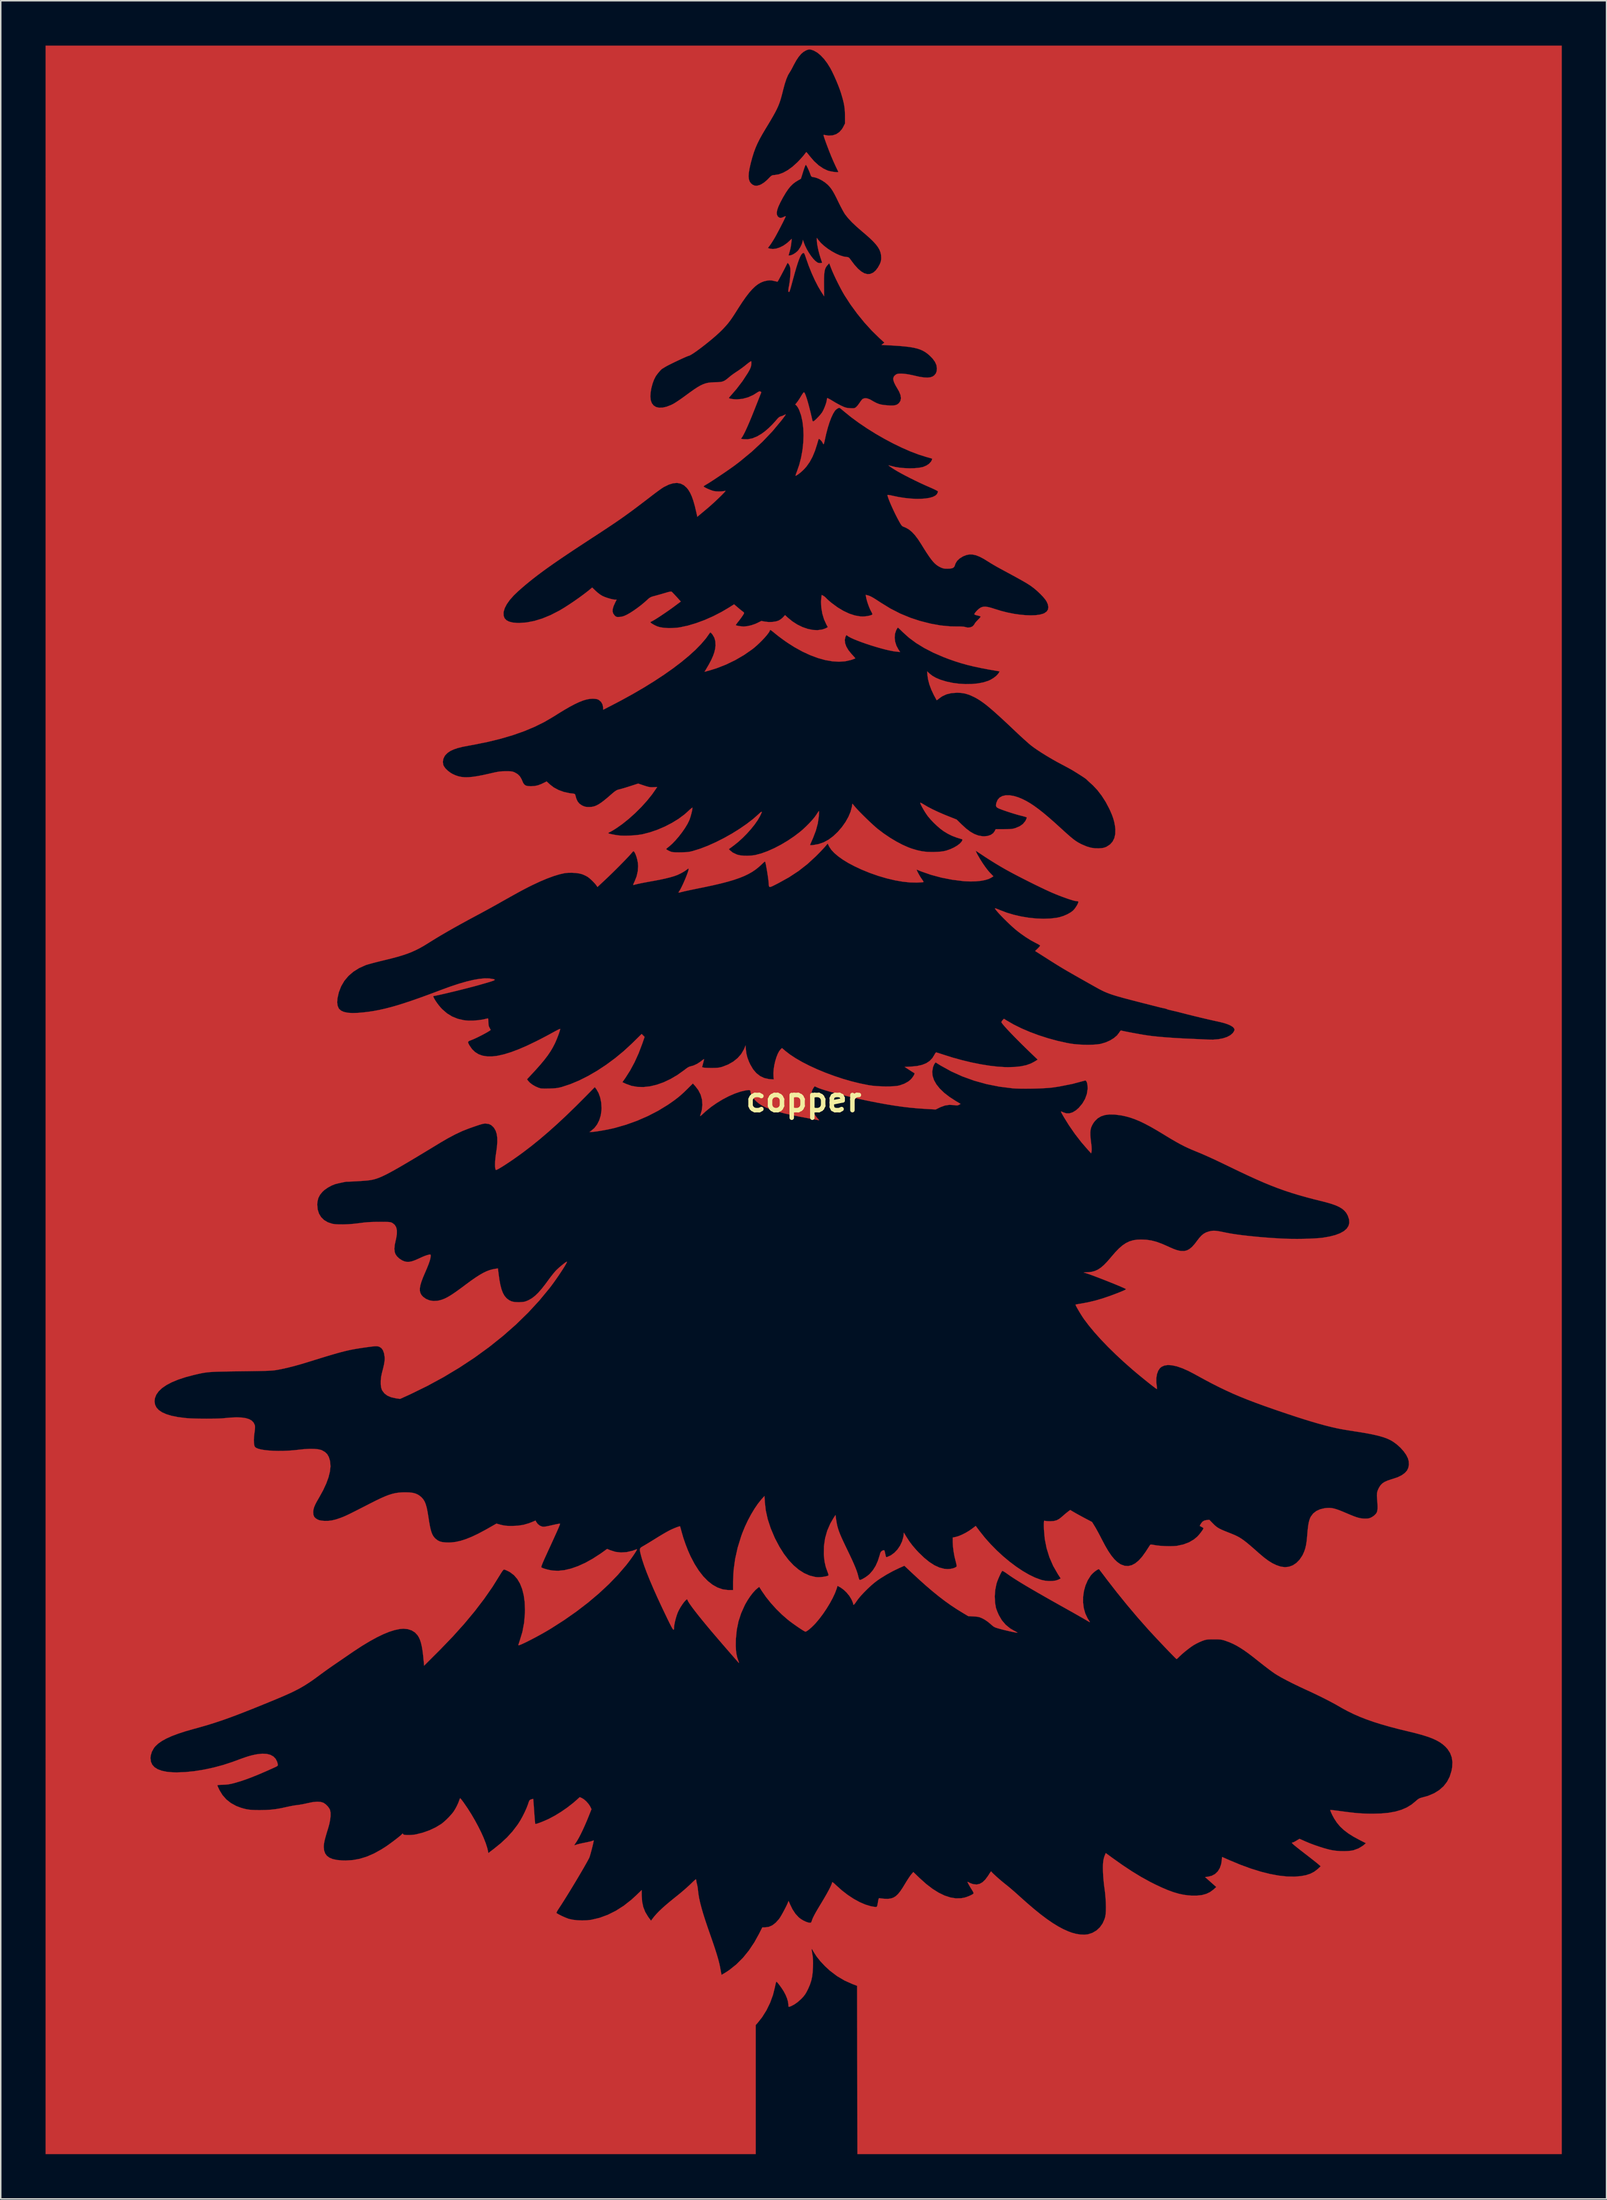
<source format=kicad_pcb>
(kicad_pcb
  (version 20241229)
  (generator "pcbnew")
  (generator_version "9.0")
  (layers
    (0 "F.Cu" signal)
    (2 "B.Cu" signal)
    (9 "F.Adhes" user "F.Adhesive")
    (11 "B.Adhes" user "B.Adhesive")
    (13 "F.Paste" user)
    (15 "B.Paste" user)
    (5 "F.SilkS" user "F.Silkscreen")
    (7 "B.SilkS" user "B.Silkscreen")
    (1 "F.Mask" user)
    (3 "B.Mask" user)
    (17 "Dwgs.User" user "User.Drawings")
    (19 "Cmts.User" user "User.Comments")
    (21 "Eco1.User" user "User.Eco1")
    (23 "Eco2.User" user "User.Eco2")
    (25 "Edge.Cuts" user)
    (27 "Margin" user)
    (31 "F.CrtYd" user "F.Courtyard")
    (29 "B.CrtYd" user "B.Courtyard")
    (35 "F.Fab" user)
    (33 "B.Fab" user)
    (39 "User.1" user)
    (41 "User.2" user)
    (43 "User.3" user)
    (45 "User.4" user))
  (footprint "copper"
    (layer "F.Cu")
    (at 50.77 70.561)
    (property "Reference" "copper" (at 0 0 0) (layer "F.SilkS") (effects (font (size 1.524 1.524) (thickness 0.3))))
    (attr through_hole)
    (fp_poly (pts (xy 50.765 70.556) (xy 3.599 70.556) (xy 3.59 64.926) (xy 3.581 59.297) (xy 3.281 59.184) (xy 2.741 58.944) (xy 2.235 58.645) (xy 1.757 58.282) (xy 1.427 57.979) (xy 1.119 57.651) (xy 0.866 57.334) (xy 0.661 57.015) (xy 0.633 56.965) (xy 0.583 56.877) (xy 0.551 56.832) (xy 0.536 56.836) (xy 0.538 56.893) (xy 0.555 57.009) (xy 0.585 57.189) (xy 0.586 57.194) (xy 0.612 57.375) (xy 0.626 57.564) (xy 0.63 57.782) (xy 0.624 58.049) (xy 0.624 58.05) (xy 0.604 58.395) (xy 0.567 58.69) (xy 0.508 58.957) (xy 0.423 59.215) (xy 0.308 59.484) (xy 0.279 59.544) (xy 0.183 59.731) (xy 0.093 59.877) (xy -0.008 60.008) (xy -0.138 60.148) (xy -0.17 60.18) (xy -0.395 60.381) (xy -0.627 60.545) (xy -0.851 60.661) (xy -0.944 60.694) (xy -0.991 60.703) (xy -1.015 60.681) (xy -1.023 60.614) (xy -1.024 60.548) (xy -1.048 60.358) (xy -1.114 60.132) (xy -1.216 59.888) (xy -1.332 59.671) (xy -1.417 59.537) (xy -1.512 59.396) (xy -1.61 59.262) (xy -1.701 59.146) (xy -1.774 59.062) (xy -1.821 59.022) (xy -1.828 59.02) (xy -1.846 59.052) (xy -1.871 59.139) (xy -1.9 59.266) (xy -1.919 59.364) (xy -2.052 59.901) (xy -2.244 60.427) (xy -2.489 60.931) (xy -2.782 61.398) (xy -3.074 61.768) (xy -3.21 61.922) (xy -3.21 70.556) (xy -50.765 70.556) (xy -50.765 44.062) (xy -43.742 44.062) (xy -43.713 44.297) (xy -43.624 44.498) (xy -43.474 44.666) (xy -43.263 44.8) (xy -42.99 44.902) (xy -42.656 44.971) (xy -42.26 45.008) (xy -41.98 45.014) (xy -41.406 44.992) (xy -40.792 44.929) (xy -40.155 44.826) (xy -39.508 44.687) (xy -38.868 44.515) (xy -38.249 44.312) (xy -38.111 44.261) (xy -37.799 44.146) (xy -37.542 44.053) (xy -37.326 43.979) (xy -37.139 43.921) (xy -36.971 43.875) (xy -36.809 43.838) (xy -36.64 43.805) (xy -36.583 43.795) (xy -36.25 43.76) (xy -35.958 43.775) (xy -35.71 43.839) (xy -35.509 43.951) (xy -35.356 44.11) (xy -35.255 44.314) (xy -35.219 44.461) (xy -35.213 44.519) (xy -35.224 44.56) (xy -35.266 44.597) (xy -35.35 44.642) (xy -35.46 44.693) (xy -35.995 44.933) (xy -36.477 45.14) (xy -36.913 45.317) (xy -37.308 45.466) (xy -37.671 45.591) (xy -38.009 45.693) (xy -38.13 45.727) (xy -38.358 45.783) (xy -38.551 45.817) (xy -38.738 45.835) (xy -38.902 45.84) (xy -39.058 45.844) (xy -39.178 45.854) (xy -39.25 45.868) (xy -39.264 45.877) (xy -39.249 45.922) (xy -39.21 46.014) (xy -39.152 46.137) (xy -39.116 46.213) (xy -38.916 46.538) (xy -38.661 46.825) (xy -38.355 47.067) (xy -38.003 47.26) (xy -37.712 47.371) (xy -37.519 47.429) (xy -37.345 47.472) (xy -37.174 47.502) (xy -36.988 47.521) (xy -36.771 47.531) (xy -36.506 47.535) (xy -36.407 47.535) (xy -36.017 47.528) (xy -35.667 47.507) (xy -35.331 47.467) (xy -34.984 47.407) (xy -34.598 47.322) (xy -34.588 47.32) (xy -34.393 47.278) (xy -34.186 47.239) (xy -33.998 47.21) (xy -33.911 47.199) (xy -33.751 47.177) (xy -33.552 47.143) (xy -33.345 47.1) (xy -33.224 47.072) (xy -32.875 47.001) (xy -32.581 46.974) (xy -32.342 46.989) (xy -32.159 47.047) (xy -32.153 47.05) (xy -31.999 47.157) (xy -31.858 47.299) (xy -31.752 47.452) (xy -31.714 47.538) (xy -31.683 47.709) (xy -31.682 47.931) (xy -31.711 48.19) (xy -31.767 48.473) (xy -31.84 48.736) (xy -31.934 49.04) (xy -32.006 49.287) (xy -32.061 49.487) (xy -32.098 49.651) (xy -32.122 49.787) (xy -32.134 49.907) (xy -32.137 50.006) (xy -32.114 50.241) (xy -32.045 50.438) (xy -31.927 50.598) (xy -31.757 50.723) (xy -31.532 50.815) (xy -31.249 50.875) (xy -30.906 50.905) (xy -30.661 50.91) (xy -30.19 50.881) (xy -29.725 50.795) (xy -29.257 50.651) (xy -28.782 50.446) (xy -28.293 50.177) (xy -28.011 49.998) (xy -27.866 49.9) (xy -27.702 49.782) (xy -27.529 49.655) (xy -27.358 49.526) (xy -27.2 49.403) (xy -27.065 49.295) (xy -26.964 49.208) (xy -26.907 49.153) (xy -26.901 49.145) (xy -26.859 49.11) (xy -26.824 49.119) (xy -26.82 49.151) (xy -26.793 49.177) (xy -26.71 49.195) (xy -26.586 49.204) (xy -26.433 49.206) (xy -26.266 49.199) (xy -26.099 49.183) (xy -25.952 49.159) (xy -25.495 49.043) (xy -25.052 48.885) (xy -24.641 48.692) (xy -24.278 48.471) (xy -24.253 48.454) (xy -24.098 48.33) (xy -23.922 48.17) (xy -23.745 47.992) (xy -23.584 47.814) (xy -23.457 47.656) (xy -23.436 47.625) (xy -23.326 47.448) (xy -23.22 47.249) (xy -23.13 47.054) (xy -23.07 46.893) (xy -23.038 46.803) (xy -23.01 46.749) (xy -23.001 46.743) (xy -22.972 46.77) (xy -22.912 46.842) (xy -22.831 46.947) (xy -22.774 47.026) (xy -22.514 47.403) (xy -22.262 47.8) (xy -22.023 48.207) (xy -21.802 48.615) (xy -21.603 49.013) (xy -21.432 49.392) (xy -21.294 49.742) (xy -21.194 50.054) (xy -21.152 50.226) (xy -21.114 50.41) (xy -20.743 50.128) (xy -20.273 49.747) (xy -19.862 49.364) (xy -19.501 48.967) (xy -19.18 48.547) (xy -19.104 48.436) (xy -18.963 48.211) (xy -18.819 47.95) (xy -18.681 47.675) (xy -18.561 47.407) (xy -18.468 47.169) (xy -18.448 47.109) (xy -18.404 46.978) (xy -18.367 46.899) (xy -18.325 46.854) (xy -18.267 46.826) (xy -18.244 46.819) (xy -18.161 46.796) (xy -18.114 46.788) (xy -18.111 46.788) (xy -18.107 46.824) (xy -18.099 46.92) (xy -18.087 47.068) (xy -18.073 47.255) (xy -18.057 47.474) (xy -18.047 47.623) (xy -18.03 47.857) (xy -18.014 48.067) (xy -17.999 48.242) (xy -17.987 48.373) (xy -17.978 48.45) (xy -17.974 48.466) (xy -17.932 48.464) (xy -17.838 48.438) (xy -17.705 48.392) (xy -17.545 48.331) (xy -17.37 48.259) (xy -17.194 48.182) (xy -17.057 48.119) (xy -16.658 47.907) (xy -16.243 47.652) (xy -15.831 47.367) (xy -15.446 47.068) (xy -15.215 46.868) (xy -14.995 46.668) (xy -14.844 46.736) (xy -14.709 46.82) (xy -14.563 46.948) (xy -14.426 47.101) (xy -14.315 47.26) (xy -14.284 47.318) (xy -14.208 47.473) (xy -14.41 47.981) (xy -14.535 48.285) (xy -14.667 48.589) (xy -14.801 48.882) (xy -14.931 49.15) (xy -15.051 49.382) (xy -15.156 49.565) (xy -15.19 49.619) (xy -15.262 49.73) (xy -15.322 49.82) (xy -15.355 49.872) (xy -15.356 49.873) (xy -15.351 49.892) (xy -15.288 49.875) (xy -15.254 49.862) (xy -15.169 49.834) (xy -15.033 49.798) (xy -14.866 49.76) (xy -14.698 49.725) (xy -14.523 49.69) (xy -14.365 49.655) (xy -14.241 49.625) (xy -14.171 49.604) (xy -14.098 49.577) (xy -14.062 49.565) (xy -14.061 49.597) (xy -14.077 49.683) (xy -14.105 49.811) (xy -14.142 49.967) (xy -14.185 50.137) (xy -14.231 50.309) (xy -14.275 50.47) (xy -14.315 50.605) (xy -14.348 50.703) (xy -14.363 50.739) (xy -14.455 50.912) (xy -14.579 51.135) (xy -14.729 51.399) (xy -14.901 51.694) (xy -15.088 52.011) (xy -15.285 52.341) (xy -15.486 52.674) (xy -15.685 53) (xy -15.878 53.312) (xy -16.057 53.598) (xy -16.218 53.851) (xy -16.343 54.041) (xy -16.448 54.202) (xy -16.515 54.314) (xy -16.547 54.386) (xy -16.55 54.426) (xy -16.54 54.438) (xy -16.379 54.53) (xy -16.181 54.629) (xy -15.972 54.722) (xy -15.782 54.796) (xy -15.698 54.823) (xy -15.447 54.876) (xy -15.152 54.91) (xy -14.836 54.922) (xy -14.523 54.913) (xy -14.235 54.88) (xy -14.217 54.877) (xy -13.66 54.745) (xy -13.112 54.543) (xy -12.573 54.274) (xy -12.047 53.938) (xy -11.536 53.536) (xy -11.218 53.246) (xy -10.846 52.887) (xy -10.843 53.264) (xy -10.817 53.664) (xy -10.74 54.024) (xy -10.609 54.356) (xy -10.419 54.672) (xy -10.364 54.748) (xy -10.22 54.938) (xy -10.146 54.837) (xy -10.013 54.665) (xy -9.862 54.491) (xy -9.687 54.309) (xy -9.481 54.113) (xy -9.238 53.897) (xy -8.951 53.655) (xy -8.616 53.383) (xy -8.449 53.25) (xy -8.249 53.087) (xy -8.037 52.907) (xy -7.831 52.727) (xy -7.652 52.563) (xy -7.558 52.474) (xy -7.417 52.336) (xy -7.318 52.243) (xy -7.253 52.19) (xy -7.217 52.171) (xy -7.2 52.181) (xy -7.197 52.211) (xy -7.187 52.3) (xy -7.162 52.42) (xy -7.146 52.478) (xy -7.117 52.605) (xy -7.09 52.766) (xy -7.074 52.917) (xy -7.045 53.163) (xy -6.998 53.437) (xy -6.93 53.743) (xy -6.84 54.087) (xy -6.727 54.475) (xy -6.588 54.913) (xy -6.423 55.404) (xy -6.28 55.813) (xy -6.122 56.266) (xy -5.988 56.66) (xy -5.876 57.003) (xy -5.784 57.301) (xy -5.71 57.562) (xy -5.651 57.792) (xy -5.606 57.998) (xy -5.59 58.085) (xy -5.562 58.236) (xy -5.538 58.369) (xy -5.521 58.462) (xy -5.517 58.484) (xy -5.501 58.566) (xy -5.334 58.47) (xy -5.216 58.398) (xy -5.075 58.306) (xy -4.957 58.224) (xy -4.497 57.856) (xy -4.066 57.425) (xy -3.667 56.934) (xy -3.3 56.384) (xy -2.996 55.835) (xy -2.769 55.386) (xy -2.575 55.385) (xy -2.33 55.35) (xy -2.096 55.247) (xy -1.871 55.074) (xy -1.654 54.832) (xy -1.639 54.812) (xy -1.572 54.713) (xy -1.488 54.574) (xy -1.396 54.411) (xy -1.301 54.234) (xy -1.21 54.058) (xy -1.13 53.896) (xy -1.068 53.759) (xy -1.031 53.662) (xy -1.022 53.624) (xy -1.01 53.629) (xy -0.978 53.688) (xy -0.932 53.791) (xy -0.907 53.852) (xy -0.748 54.178) (xy -0.555 54.47) (xy -0.339 54.708) (xy -0.337 54.71) (xy -0.192 54.823) (xy -0.019 54.928) (xy 0.16 55.012) (xy 0.321 55.065) (xy 0.384 55.075) (xy 0.461 55.076) (xy 0.504 55.05) (xy 0.536 54.977) (xy 0.546 54.945) (xy 0.583 54.839) (xy 0.637 54.715) (xy 0.713 54.565) (xy 0.813 54.381) (xy 0.943 54.157) (xy 1.105 53.886) (xy 1.203 53.725) (xy 1.381 53.426) (xy 1.539 53.152) (xy 1.673 52.909) (xy 1.779 52.702) (xy 1.855 52.537) (xy 1.897 52.422) (xy 1.905 52.376) (xy 1.918 52.358) (xy 1.961 52.378) (xy 2.04 52.441) (xy 2.159 52.551) (xy 2.196 52.586) (xy 2.573 52.922) (xy 2.963 53.222) (xy 3.359 53.482) (xy 3.752 53.696) (xy 4.133 53.86) (xy 4.495 53.969) (xy 4.689 54.004) (xy 4.792 54.019) (xy 4.86 54.019) (xy 4.903 53.995) (xy 4.931 53.934) (xy 4.953 53.826) (xy 4.978 53.68) (xy 5.004 53.541) (xy 5.027 53.461) (xy 5.052 53.429) (xy 5.078 53.429) (xy 5.138 53.442) (xy 5.247 53.455) (xy 5.384 53.468) (xy 5.416 53.47) (xy 5.638 53.476) (xy 5.831 53.453) (xy 6.002 53.398) (xy 6.16 53.303) (xy 6.312 53.164) (xy 6.467 52.974) (xy 6.633 52.728) (xy 6.765 52.511) (xy 6.876 52.328) (xy 6.988 52.152) (xy 7.089 52) (xy 7.171 51.886) (xy 7.2 51.849) (xy 7.344 51.681) (xy 7.776 52.096) (xy 8.209 52.484) (xy 8.631 52.807) (xy 9.042 53.065) (xy 9.44 53.257) (xy 9.825 53.383) (xy 10.194 53.443) (xy 10.547 53.435) (xy 10.773 53.393) (xy 10.92 53.348) (xy 11.071 53.29) (xy 11.207 53.229) (xy 11.314 53.17) (xy 11.375 53.123) (xy 11.381 53.112) (xy 11.372 53.063) (xy 11.33 52.975) (xy 11.264 52.866) (xy 11.26 52.86) (xy 11.18 52.733) (xy 11.102 52.601) (xy 11.035 52.48) (xy 10.989 52.386) (xy 10.971 52.337) (xy 10.998 52.341) (xy 11.063 52.374) (xy 11.085 52.387) (xy 11.189 52.437) (xy 11.322 52.482) (xy 11.383 52.498) (xy 11.593 52.516) (xy 11.791 52.472) (xy 11.979 52.364) (xy 12.162 52.189) (xy 12.342 51.947) (xy 12.383 51.883) (xy 12.457 51.765) (xy 12.517 51.68) (xy 12.552 51.637) (xy 12.559 51.637) (xy 12.585 51.676) (xy 12.656 51.751) (xy 12.765 51.854) (xy 12.901 51.979) (xy 13.056 52.116) (xy 13.221 52.258) (xy 13.388 52.397) (xy 13.546 52.524) (xy 13.606 52.571) (xy 13.724 52.666) (xy 13.881 52.798) (xy 14.061 52.953) (xy 14.251 53.12) (xy 14.436 53.287) (xy 14.955 53.75) (xy 15.434 54.16) (xy 15.879 54.52) (xy 16.293 54.831) (xy 16.681 55.098) (xy 17.046 55.322) (xy 17.392 55.507) (xy 17.724 55.655) (xy 17.96 55.742) (xy 18.245 55.819) (xy 18.534 55.865) (xy 18.806 55.876) (xy 19.04 55.85) (xy 19.041 55.85) (xy 19.344 55.75) (xy 19.612 55.592) (xy 19.84 55.38) (xy 20.023 55.12) (xy 20.156 54.815) (xy 20.2 54.659) (xy 20.225 54.495) (xy 20.239 54.274) (xy 20.242 54.011) (xy 20.235 53.72) (xy 20.217 53.414) (xy 20.19 53.106) (xy 20.154 52.812) (xy 20.143 52.74) (xy 20.114 52.524) (xy 20.088 52.266) (xy 20.065 51.996) (xy 20.051 51.743) (xy 20.048 51.692) (xy 20.042 51.385) (xy 20.048 51.135) (xy 20.068 50.928) (xy 20.103 50.752) (xy 20.155 50.593) (xy 20.172 50.552) (xy 20.232 50.412) (xy 20.673 50.734) (xy 21.348 51.213) (xy 21.989 51.637) (xy 22.604 52.011) (xy 23.198 52.338) (xy 23.545 52.513) (xy 23.995 52.724) (xy 24.398 52.895) (xy 24.765 53.029) (xy 25.107 53.13) (xy 25.433 53.2) (xy 25.753 53.243) (xy 25.971 53.259) (xy 26.351 53.259) (xy 26.678 53.222) (xy 26.963 53.144) (xy 27.215 53.024) (xy 27.442 52.857) (xy 27.466 52.835) (xy 27.634 52.684) (xy 26.881 52.017) (xy 27.071 51.996) (xy 27.329 51.934) (xy 27.551 51.815) (xy 27.733 51.641) (xy 27.871 51.416) (xy 27.963 51.145) (xy 28 50.903) (xy 28.02 50.671) (xy 28.518 50.89) (xy 29.238 51.19) (xy 29.93 51.444) (xy 30.591 51.651) (xy 31.218 51.809) (xy 31.807 51.919) (xy 32.354 51.979) (xy 32.857 51.989) (xy 32.897 51.988) (xy 33.296 51.955) (xy 33.639 51.892) (xy 33.934 51.796) (xy 34.19 51.663) (xy 34.415 51.492) (xy 34.439 51.47) (xy 34.625 51.296) (xy 34.484 51.172) (xy 34.41 51.109) (xy 34.292 51.014) (xy 34.142 50.895) (xy 33.973 50.763) (xy 33.831 50.652) (xy 33.538 50.426) (xy 33.297 50.239) (xy 33.104 50.087) (xy 32.954 49.967) (xy 32.842 49.875) (xy 32.766 49.807) (xy 32.721 49.76) (xy 32.702 49.731) (xy 32.705 49.714) (xy 32.726 49.707) (xy 32.749 49.706) (xy 32.801 49.689) (xy 32.892 49.644) (xy 33.001 49.582) (xy 33.208 49.458) (xy 33.617 49.64) (xy 33.897 49.757) (xy 34.208 49.874) (xy 34.531 49.985) (xy 34.846 50.084) (xy 35.136 50.164) (xy 35.382 50.22) (xy 35.384 50.22) (xy 35.638 50.257) (xy 35.916 50.278) (xy 36.198 50.284) (xy 36.465 50.274) (xy 36.696 50.249) (xy 36.83 50.221) (xy 37.159 50.1) (xy 37.445 49.926) (xy 37.516 49.869) (xy 37.656 49.752) (xy 37.234 49.537) (xy 36.822 49.314) (xy 36.473 49.094) (xy 36.176 48.869) (xy 35.925 48.633) (xy 35.711 48.378) (xy 35.526 48.096) (xy 35.414 47.89) (xy 35.347 47.749) (xy 35.297 47.633) (xy 35.27 47.555) (xy 35.27 47.528) (xy 35.314 47.529) (xy 35.416 47.538) (xy 35.564 47.555) (xy 35.748 47.578) (xy 35.951 47.605) (xy 36.33 47.655) (xy 36.653 47.694) (xy 36.934 47.725) (xy 37.187 47.747) (xy 37.427 47.762) (xy 37.667 47.772) (xy 37.921 47.777) (xy 38.118 47.778) (xy 38.681 47.763) (xy 39.185 47.715) (xy 39.635 47.633) (xy 40.035 47.516) (xy 40.39 47.363) (xy 40.705 47.171) (xy 40.952 46.97) (xy 41.087 46.852) (xy 41.193 46.775) (xy 41.291 46.729) (xy 41.367 46.708) (xy 41.822 46.581) (xy 42.222 46.41) (xy 42.567 46.196) (xy 42.856 45.94) (xy 43.089 45.64) (xy 43.266 45.298) (xy 43.386 44.914) (xy 43.43 44.677) (xy 43.449 44.328) (xy 43.404 44.009) (xy 43.295 43.716) (xy 43.12 43.447) (xy 42.976 43.289) (xy 42.802 43.135) (xy 42.604 42.994) (xy 42.374 42.865) (xy 42.108 42.743) (xy 41.797 42.627) (xy 41.435 42.513) (xy 41.016 42.398) (xy 40.597 42.295) (xy 39.906 42.128) (xy 39.279 41.964) (xy 38.707 41.801) (xy 38.183 41.637) (xy 37.7 41.468) (xy 37.251 41.293) (xy 36.829 41.108) (xy 36.425 40.911) (xy 36.033 40.699) (xy 35.833 40.583) (xy 35.586 40.442) (xy 35.285 40.281) (xy 34.943 40.104) (xy 34.57 39.918) (xy 34.178 39.729) (xy 33.78 39.543) (xy 33.673 39.494) (xy 33.187 39.268) (xy 32.745 39.054) (xy 32.35 38.854) (xy 32.007 38.671) (xy 31.722 38.506) (xy 31.536 38.388) (xy 31.4 38.293) (xy 31.223 38.164) (xy 31.019 38.01) (xy 30.8 37.841) (xy 30.581 37.669) (xy 30.48 37.589) (xy 30.113 37.298) (xy 29.789 37.052) (xy 29.499 36.845) (xy 29.234 36.672) (xy 28.987 36.527) (xy 28.749 36.405) (xy 28.512 36.302) (xy 28.267 36.212) (xy 28.258 36.208) (xy 28.13 36.167) (xy 28.021 36.139) (xy 27.912 36.121) (xy 27.785 36.112) (xy 27.62 36.108) (xy 27.464 36.108) (xy 27.263 36.11) (xy 27.115 36.114) (xy 27 36.125) (xy 26.901 36.145) (xy 26.8 36.176) (xy 26.678 36.22) (xy 26.674 36.222) (xy 26.494 36.299) (xy 26.297 36.396) (xy 26.123 36.494) (xy 26.112 36.501) (xy 25.938 36.618) (xy 25.737 36.768) (xy 25.528 36.935) (xy 25.331 37.103) (xy 25.167 37.255) (xy 25.12 37.303) (xy 25.045 37.376) (xy 24.99 37.422) (xy 24.974 37.43) (xy 24.943 37.405) (xy 24.87 37.335) (xy 24.761 37.226) (xy 24.622 37.084) (xy 24.458 36.915) (xy 24.277 36.726) (xy 24.083 36.523) (xy 23.884 36.313) (xy 23.684 36.101) (xy 23.49 35.893) (xy 23.308 35.697) (xy 23.143 35.519) (xy 23.052 35.418) (xy 22.354 34.628) (xy 21.651 33.796) (xy 20.963 32.947) (xy 20.308 32.104) (xy 20.268 32.05) (xy 20.132 31.87) (xy 20.01 31.709) (xy 19.908 31.575) (xy 19.832 31.477) (xy 19.791 31.424) (xy 19.786 31.417) (xy 19.741 31.416) (xy 19.661 31.455) (xy 19.557 31.524) (xy 19.444 31.613) (xy 19.335 31.713) (xy 19.242 31.814) (xy 19.225 31.837) (xy 19.024 32.155) (xy 18.872 32.506) (xy 18.769 32.88) (xy 18.716 33.265) (xy 18.714 33.65) (xy 18.762 34.025) (xy 18.862 34.379) (xy 19.014 34.699) (xy 19.068 34.784) (xy 19.127 34.877) (xy 19.163 34.94) (xy 19.167 34.96) (xy 19.131 34.943) (xy 19.048 34.898) (xy 18.933 34.831) (xy 18.861 34.788) (xy 18.747 34.722) (xy 18.585 34.628) (xy 18.386 34.515) (xy 18.165 34.389) (xy 17.933 34.258) (xy 17.798 34.183) (xy 17.193 33.844) (xy 16.647 33.537) (xy 16.157 33.259) (xy 15.717 33.007) (xy 15.326 32.781) (xy 14.979 32.578) (xy 14.673 32.395) (xy 14.403 32.23) (xy 14.168 32.082) (xy 13.962 31.949) (xy 13.783 31.828) (xy 13.639 31.726) (xy 13.511 31.636) (xy 13.402 31.569) (xy 13.327 31.531) (xy 13.298 31.527) (xy 13.254 31.592) (xy 13.193 31.706) (xy 13.123 31.853) (xy 13.051 32.016) (xy 12.986 32.177) (xy 12.934 32.321) (xy 12.913 32.39) (xy 12.83 32.803) (xy 12.798 33.232) (xy 12.819 33.656) (xy 12.877 33.99) (xy 12.911 34.1) (xy 12.968 34.248) (xy 13.038 34.412) (xy 13.078 34.499) (xy 13.277 34.836) (xy 13.528 35.13) (xy 13.825 35.374) (xy 14.071 35.518) (xy 14.192 35.581) (xy 14.277 35.631) (xy 14.317 35.66) (xy 14.313 35.666) (xy 14.238 35.657) (xy 14.108 35.635) (xy 13.939 35.6) (xy 13.744 35.557) (xy 13.538 35.509) (xy 13.335 35.459) (xy 13.159 35.413) (xy 12.984 35.363) (xy 12.858 35.323) (xy 12.764 35.28) (xy 12.681 35.226) (xy 12.592 35.152) (xy 12.51 35.077) (xy 12.331 34.93) (xy 12.136 34.797) (xy 12.006 34.724) (xy 11.875 34.663) (xy 11.765 34.623) (xy 11.651 34.598) (xy 11.509 34.583) (xy 11.383 34.575) (xy 11.021 34.555) (xy 10.67 34.346) (xy 10.258 34.092) (xy 9.855 33.825) (xy 9.452 33.538) (xy 9.043 33.225) (xy 8.619 32.881) (xy 8.173 32.499) (xy 7.699 32.074) (xy 7.188 31.6) (xy 7.187 31.599) (xy 6.745 31.183) (xy 6.383 31.344) (xy 5.973 31.542) (xy 5.547 31.777) (xy 5.137 32.031) (xy 4.939 32.166) (xy 4.731 32.324) (xy 4.504 32.519) (xy 4.271 32.736) (xy 4.045 32.962) (xy 3.838 33.185) (xy 3.665 33.391) (xy 3.556 33.54) (xy 3.456 33.684) (xy 3.387 33.769) (xy 3.343 33.799) (xy 3.321 33.775) (xy 3.316 33.724) (xy 3.301 33.666) (xy 3.261 33.564) (xy 3.204 33.44) (xy 3.19 33.412) (xy 3.059 33.198) (xy 2.887 32.987) (xy 2.692 32.798) (xy 2.494 32.652) (xy 2.447 32.624) (xy 2.27 32.528) (xy 2.207 32.728) (xy 2.096 33.022) (xy 1.942 33.35) (xy 1.752 33.698) (xy 1.536 34.052) (xy 1.302 34.399) (xy 1.058 34.724) (xy 0.814 35.015) (xy 0.693 35.144) (xy 0.536 35.297) (xy 0.39 35.426) (xy 0.263 35.523) (xy 0.166 35.582) (xy 0.12 35.595) (xy 0.07 35.575) (xy -0.025 35.521) (xy -0.157 35.438) (xy -0.313 35.334) (xy -0.485 35.217) (xy -0.66 35.093) (xy -0.83 34.97) (xy -0.983 34.854) (xy -1.058 34.795) (xy -1.447 34.458) (xy -1.831 34.081) (xy -2.194 33.681) (xy -2.521 33.274) (xy -2.798 32.876) (xy -2.807 32.863) (xy -2.974 32.599) (xy -3.068 32.666) (xy -3.225 32.802) (xy -3.397 32.99) (xy -3.574 33.219) (xy -3.746 33.475) (xy -3.904 33.746) (xy -3.943 33.821) (xy -4.184 34.356) (xy -4.362 34.899) (xy -4.478 35.462) (xy -4.537 36.056) (xy -4.542 36.198) (xy -4.546 36.547) (xy -4.532 36.842) (xy -4.498 37.099) (xy -4.444 37.332) (xy -4.37 37.547) (xy -4.335 37.647) (xy -4.331 37.687) (xy -4.348 37.677) (xy -4.412 37.606) (xy -4.516 37.489) (xy -4.653 37.332) (xy -4.818 37.143) (xy -5.005 36.928) (xy -5.207 36.695) (xy -5.418 36.451) (xy -5.632 36.202) (xy -5.82 35.983) (xy -6.182 35.559) (xy -6.512 35.165) (xy -6.809 34.804) (xy -7.071 34.479) (xy -7.295 34.193) (xy -7.48 33.947) (xy -7.623 33.746) (xy -7.723 33.591) (xy -7.777 33.484) (xy -7.781 33.472) (xy -7.799 33.428) (xy -7.826 33.428) (xy -7.881 33.474) (xy -7.892 33.484) (xy -8.001 33.604) (xy -8.123 33.769) (xy -8.246 33.958) (xy -8.355 34.151) (xy -8.431 34.312) (xy -8.497 34.492) (xy -8.56 34.699) (xy -8.615 34.912) (xy -8.655 35.11) (xy -8.676 35.27) (xy -8.678 35.313) (xy -8.682 35.401) (xy -8.694 35.453) (xy -8.717 35.464) (xy -8.754 35.432) (xy -8.807 35.351) (xy -8.881 35.218) (xy -8.977 35.03) (xy -9.099 34.781) (xy -9.119 34.741) (xy -9.471 34.006) (xy -9.787 33.326) (xy -10.066 32.703) (xy -10.308 32.136) (xy -10.513 31.627) (xy -10.681 31.175) (xy -10.811 30.782) (xy -10.883 30.529) (xy -10.933 30.331) (xy -10.962 30.189) (xy -10.968 30.089) (xy -10.946 30.016) (xy -10.896 29.959) (xy -10.812 29.904) (xy -10.741 29.863) (xy -10.637 29.803) (xy -10.489 29.714) (xy -10.308 29.604) (xy -10.109 29.482) (xy -9.906 29.356) (xy -9.9 29.352) (xy -9.689 29.222) (xy -9.475 29.094) (xy -9.274 28.976) (xy -9.1 28.879) (xy -8.975 28.812) (xy -8.817 28.737) (xy -8.658 28.668) (xy -8.511 28.609) (xy -8.389 28.566) (xy -8.306 28.543) (xy -8.277 28.545) (xy -8.265 28.582) (xy -8.239 28.673) (xy -8.203 28.803) (xy -8.17 28.928) (xy -8.054 29.325) (xy -7.908 29.748) (xy -7.745 30.166) (xy -7.576 30.547) (xy -7.567 30.565) (xy -7.302 31.069) (xy -7.021 31.511) (xy -6.725 31.891) (xy -6.416 32.207) (xy -6.096 32.458) (xy -5.765 32.642) (xy -5.425 32.759) (xy -5.078 32.807) (xy -5.012 32.808) (xy -4.727 32.808) (xy -4.727 32.246) (xy -4.693 31.495) (xy -4.59 30.735) (xy -4.419 29.968) (xy -4.181 29.199) (xy -4.101 28.981) (xy -3.93 28.563) (xy -3.734 28.147) (xy -3.52 27.746) (xy -3.296 27.373) (xy -3.07 27.041) (xy -2.848 26.763) (xy -2.814 26.724) (xy -2.622 26.514) (xy -2.6 26.918) (xy -2.536 27.484) (xy -2.405 28.07) (xy -2.207 28.675) (xy -1.944 29.297) (xy -1.901 29.386) (xy -1.621 29.915) (xy -1.322 30.388) (xy -1.006 30.802) (xy -0.674 31.155) (xy -0.329 31.447) (xy 0.028 31.675) (xy 0.393 31.837) (xy 0.765 31.93) (xy 0.883 31.945) (xy 1.012 31.949) (xy 1.166 31.94) (xy 1.327 31.921) (xy 1.476 31.895) (xy 1.593 31.864) (xy 1.66 31.832) (xy 1.662 31.83) (xy 1.663 31.786) (xy 1.639 31.698) (xy 1.6 31.594) (xy 1.481 31.262) (xy 1.401 30.911) (xy 1.357 30.524) (xy 1.351 30.406) (xy 1.36 29.865) (xy 1.436 29.34) (xy 1.578 28.837) (xy 1.785 28.359) (xy 1.986 28.012) (xy 2.134 27.785) (xy 2.16 27.977) (xy 2.189 28.179) (xy 2.221 28.361) (xy 2.258 28.531) (xy 2.305 28.699) (xy 2.364 28.876) (xy 2.439 29.069) (xy 2.533 29.289) (xy 2.65 29.545) (xy 2.793 29.847) (xy 2.928 30.127) (xy 3.106 30.498) (xy 3.254 30.814) (xy 3.374 31.084) (xy 3.471 31.316) (xy 3.548 31.518) (xy 3.608 31.698) (xy 3.653 31.863) (xy 3.67 31.935) (xy 3.701 32.043) (xy 3.734 32.117) (xy 3.757 32.138) (xy 3.841 32.117) (xy 3.961 32.059) (xy 4.101 31.977) (xy 4.243 31.879) (xy 4.371 31.777) (xy 4.429 31.724) (xy 4.642 31.475) (xy 4.821 31.19) (xy 4.97 30.856) (xy 5.094 30.467) (xy 5.115 30.383) (xy 5.162 30.265) (xy 5.237 30.191) (xy 5.259 30.179) (xy 5.339 30.147) (xy 5.392 30.142) (xy 5.394 30.143) (xy 5.416 30.185) (xy 5.443 30.276) (xy 5.468 30.392) (xy 5.493 30.515) (xy 5.516 30.582) (xy 5.543 30.606) (xy 5.583 30.601) (xy 5.587 30.6) (xy 5.838 30.488) (xy 6.072 30.316) (xy 6.282 30.096) (xy 6.457 29.839) (xy 6.591 29.556) (xy 6.675 29.258) (xy 6.69 29.157) (xy 6.712 28.967) (xy 6.876 29.239) (xy 7.07 29.54) (xy 7.286 29.827) (xy 7.539 30.121) (xy 7.69 30.283) (xy 8.059 30.64) (xy 8.414 30.929) (xy 8.757 31.15) (xy 9.089 31.302) (xy 9.409 31.386) (xy 9.633 31.405) (xy 9.812 31.394) (xy 9.982 31.361) (xy 10.124 31.313) (xy 10.221 31.254) (xy 10.245 31.226) (xy 10.246 31.178) (xy 10.229 31.079) (xy 10.198 30.948) (xy 10.179 30.878) (xy 10.102 30.566) (xy 10.041 30.229) (xy 10 29.898) (xy 9.984 29.599) (xy 9.984 29.579) (xy 9.984 29.295) (xy 10.194 29.251) (xy 10.38 29.196) (xy 10.6 29.104) (xy 10.835 28.986) (xy 11.067 28.849) (xy 11.274 28.706) (xy 11.524 28.517) (xy 11.79 28.872) (xy 12.143 29.315) (xy 12.528 29.746) (xy 12.936 30.16) (xy 13.362 30.552) (xy 13.798 30.915) (xy 14.237 31.245) (xy 14.672 31.535) (xy 15.096 31.781) (xy 15.503 31.978) (xy 15.884 32.118) (xy 15.961 32.14) (xy 16.194 32.187) (xy 16.44 32.207) (xy 16.679 32.201) (xy 16.891 32.169) (xy 17.058 32.113) (xy 17.065 32.109) (xy 17.214 32.032) (xy 17.025 31.741) (xy 16.71 31.193) (xy 16.458 30.614) (xy 16.27 30.009) (xy 16.147 29.385) (xy 16.091 28.745) (xy 16.087 28.546) (xy 16.087 28.374) (xy 16.09 28.261) (xy 16.098 28.196) (xy 16.112 28.169) (xy 16.137 28.166) (xy 16.166 28.176) (xy 16.239 28.189) (xy 16.358 28.199) (xy 16.501 28.203) (xy 16.528 28.203) (xy 16.749 28.189) (xy 16.933 28.142) (xy 17.104 28.054) (xy 17.283 27.915) (xy 17.321 27.881) (xy 17.448 27.769) (xy 17.583 27.656) (xy 17.683 27.577) (xy 17.851 27.45) (xy 18.107 27.601) (xy 18.234 27.674) (xy 18.403 27.768) (xy 18.596 27.873) (xy 18.791 27.978) (xy 18.838 28.003) (xy 19.315 28.254) (xy 19.496 28.547) (xy 19.574 28.679) (xy 19.673 28.857) (xy 19.784 29.062) (xy 19.896 29.277) (xy 19.968 29.417) (xy 20.192 29.842) (xy 20.403 30.202) (xy 20.606 30.5) (xy 20.803 30.741) (xy 20.996 30.927) (xy 21.189 31.063) (xy 21.26 31.101) (xy 21.497 31.185) (xy 21.733 31.2) (xy 21.967 31.147) (xy 22.2 31.026) (xy 22.434 30.835) (xy 22.669 30.575) (xy 22.906 30.245) (xy 22.92 30.223) (xy 23.015 30.076) (xy 23.098 29.948) (xy 23.161 29.851) (xy 23.194 29.799) (xy 23.195 29.798) (xy 23.221 29.771) (xy 23.264 29.761) (xy 23.341 29.769) (xy 23.468 29.793) (xy 23.477 29.795) (xy 23.682 29.827) (xy 23.932 29.851) (xy 24.205 29.867) (xy 24.48 29.873) (xy 24.736 29.87) (xy 24.95 29.855) (xy 25.009 29.848) (xy 25.434 29.756) (xy 25.811 29.613) (xy 26.14 29.419) (xy 26.349 29.245) (xy 26.436 29.153) (xy 26.532 29.04) (xy 26.625 28.919) (xy 26.705 28.807) (xy 26.759 28.719) (xy 26.776 28.673) (xy 26.748 28.642) (xy 26.678 28.598) (xy 26.661 28.589) (xy 26.583 28.548) (xy 26.538 28.523) (xy 26.535 28.521) (xy 26.539 28.483) (xy 26.576 28.412) (xy 26.632 28.327) (xy 26.696 28.249) (xy 26.718 28.226) (xy 26.833 28.157) (xy 26.989 28.124) (xy 27.169 28.107) (xy 27.413 28.358) (xy 27.518 28.462) (xy 27.617 28.549) (xy 27.72 28.624) (xy 27.84 28.695) (xy 27.987 28.767) (xy 28.174 28.848) (xy 28.411 28.943) (xy 28.509 28.981) (xy 28.706 29.06) (xy 28.879 29.133) (xy 29.036 29.208) (xy 29.185 29.289) (xy 29.333 29.383) (xy 29.489 29.493) (xy 29.662 29.627) (xy 29.858 29.789) (xy 30.086 29.985) (xy 30.354 30.221) (xy 30.502 30.352) (xy 30.824 30.625) (xy 31.116 30.843) (xy 31.39 31.013) (xy 31.653 31.139) (xy 31.914 31.229) (xy 31.958 31.241) (xy 32.237 31.278) (xy 32.507 31.247) (xy 32.763 31.152) (xy 32.999 30.994) (xy 33.211 30.778) (xy 33.394 30.505) (xy 33.432 30.433) (xy 33.521 30.234) (xy 33.592 30.024) (xy 33.646 29.79) (xy 33.688 29.518) (xy 33.72 29.192) (xy 33.725 29.119) (xy 33.753 28.793) (xy 33.784 28.527) (xy 33.82 28.312) (xy 33.864 28.136) (xy 33.917 27.991) (xy 33.966 27.892) (xy 34.122 27.685) (xy 34.331 27.521) (xy 34.59 27.402) (xy 34.892 27.331) (xy 35.053 27.314) (xy 35.202 27.31) (xy 35.347 27.32) (xy 35.499 27.348) (xy 35.67 27.396) (xy 35.873 27.467) (xy 36.117 27.565) (xy 36.336 27.658) (xy 36.618 27.777) (xy 36.848 27.869) (xy 37.037 27.936) (xy 37.199 27.982) (xy 37.343 28.01) (xy 37.482 28.023) (xy 37.588 28.026) (xy 37.743 28.023) (xy 37.855 28.009) (xy 37.951 27.977) (xy 38.06 27.923) (xy 38.061 27.922) (xy 38.206 27.823) (xy 38.321 27.708) (xy 38.343 27.679) (xy 38.386 27.6) (xy 38.415 27.506) (xy 38.431 27.386) (xy 38.435 27.231) (xy 38.427 27.029) (xy 38.408 26.771) (xy 38.403 26.705) (xy 38.39 26.487) (xy 38.399 26.313) (xy 38.435 26.163) (xy 38.501 26.011) (xy 38.567 25.894) (xy 38.658 25.766) (xy 38.771 25.659) (xy 38.916 25.566) (xy 39.105 25.482) (xy 39.349 25.4) (xy 39.456 25.368) (xy 39.788 25.255) (xy 40.057 25.123) (xy 40.265 24.971) (xy 40.409 24.808) (xy 40.496 24.625) (xy 40.533 24.409) (xy 40.519 24.178) (xy 40.467 23.989) (xy 40.351 23.758) (xy 40.181 23.519) (xy 39.97 23.283) (xy 39.729 23.065) (xy 39.472 22.877) (xy 39.299 22.776) (xy 39.102 22.683) (xy 38.872 22.597) (xy 38.604 22.515) (xy 38.292 22.437) (xy 37.93 22.36) (xy 37.51 22.284) (xy 37.028 22.206) (xy 36.936 22.192) (xy 36.555 22.133) (xy 36.229 22.079) (xy 35.939 22.027) (xy 35.669 21.972) (xy 35.403 21.912) (xy 35.125 21.844) (xy 34.873 21.779) (xy 34.461 21.666) (xy 34.02 21.537) (xy 33.542 21.391) (xy 33.022 21.225) (xy 32.452 21.038) (xy 31.827 20.826) (xy 31.532 20.725) (xy 30.889 20.5) (xy 30.304 20.287) (xy 29.764 20.082) (xy 29.258 19.879) (xy 28.775 19.674) (xy 28.305 19.46) (xy 27.834 19.234) (xy 27.352 18.991) (xy 26.848 18.724) (xy 26.31 18.43) (xy 26.194 18.365) (xy 25.757 18.138) (xy 25.357 17.962) (xy 24.997 17.838) (xy 24.676 17.767) (xy 24.396 17.748) (xy 24.159 17.782) (xy 23.966 17.869) (xy 23.858 17.961) (xy 23.741 18.136) (xy 23.661 18.36) (xy 23.619 18.621) (xy 23.618 18.906) (xy 23.636 19.067) (xy 23.653 19.197) (xy 23.662 19.299) (xy 23.66 19.353) (xy 23.658 19.357) (xy 23.626 19.342) (xy 23.547 19.287) (xy 23.428 19.197) (xy 23.276 19.08) (xy 23.098 18.94) (xy 22.902 18.783) (xy 22.694 18.614) (xy 22.482 18.44) (xy 22.273 18.266) (xy 22.073 18.097) (xy 22.013 18.046) (xy 21.442 17.543) (xy 20.899 17.039) (xy 20.388 16.539) (xy 19.917 16.049) (xy 19.49 15.575) (xy 19.114 15.123) (xy 18.792 14.699) (xy 18.757 14.649) (xy 18.67 14.52) (xy 18.574 14.37) (xy 18.477 14.212) (xy 18.386 14.057) (xy 18.306 13.918) (xy 18.246 13.805) (xy 18.212 13.73) (xy 18.208 13.706) (xy 18.247 13.695) (xy 18.34 13.677) (xy 18.471 13.653) (xy 18.574 13.636) (xy 19.05 13.548) (xy 19.525 13.436) (xy 20.014 13.293) (xy 20.532 13.117) (xy 21.004 12.939) (xy 21.229 12.849) (xy 21.393 12.781) (xy 21.503 12.73) (xy 21.565 12.694) (xy 21.584 12.669) (xy 21.575 12.657) (xy 21.48 12.61) (xy 21.328 12.542) (xy 21.131 12.457) (xy 20.897 12.36) (xy 20.638 12.255) (xy 20.363 12.145) (xy 20.083 12.034) (xy 19.807 11.927) (xy 19.546 11.828) (xy 19.31 11.74) (xy 19.109 11.668) (xy 18.952 11.615) (xy 18.909 11.601) (xy 18.75 11.553) (xy 19.068 11.535) (xy 19.295 11.509) (xy 19.504 11.453) (xy 19.703 11.363) (xy 19.902 11.233) (xy 20.107 11.057) (xy 20.328 10.829) (xy 20.573 10.546) (xy 20.588 10.527) (xy 20.863 10.208) (xy 21.115 9.947) (xy 21.353 9.741) (xy 21.587 9.584) (xy 21.823 9.471) (xy 22.071 9.397) (xy 22.338 9.357) (xy 22.595 9.347) (xy 22.945 9.362) (xy 23.283 9.412) (xy 23.624 9.5) (xy 23.985 9.631) (xy 24.304 9.77) (xy 24.559 9.886) (xy 24.764 9.973) (xy 24.932 10.036) (xy 25.075 10.078) (xy 25.206 10.105) (xy 25.284 10.115) (xy 25.483 10.117) (xy 25.665 10.076) (xy 25.838 9.985) (xy 26.011 9.842) (xy 26.192 9.639) (xy 26.313 9.478) (xy 26.484 9.256) (xy 26.637 9.088) (xy 26.787 8.964) (xy 26.945 8.876) (xy 27.124 8.814) (xy 27.246 8.785) (xy 27.351 8.767) (xy 27.457 8.76) (xy 27.575 8.764) (xy 27.719 8.78) (xy 27.9 8.811) (xy 28.13 8.856) (xy 28.293 8.89) (xy 28.591 8.947) (xy 28.952 9.003) (xy 29.364 9.058) (xy 29.821 9.11) (xy 30.312 9.16) (xy 30.829 9.205) (xy 31.362 9.245) (xy 31.904 9.278) (xy 31.962 9.282) (xy 32.307 9.296) (xy 32.68 9.304) (xy 33.066 9.306) (xy 33.452 9.302) (xy 33.825 9.293) (xy 34.171 9.277) (xy 34.477 9.257) (xy 34.728 9.232) (xy 34.767 9.227) (xy 35.22 9.149) (xy 35.606 9.05) (xy 35.926 8.929) (xy 36.18 8.787) (xy 36.367 8.624) (xy 36.488 8.439) (xy 36.542 8.234) (xy 36.528 8.008) (xy 36.447 7.762) (xy 36.436 7.739) (xy 36.34 7.568) (xy 36.216 7.418) (xy 36.058 7.285) (xy 35.859 7.165) (xy 35.614 7.055) (xy 35.314 6.951) (xy 34.954 6.848) (xy 34.771 6.802) (xy 34.185 6.656) (xy 33.645 6.513) (xy 33.141 6.371) (xy 32.663 6.225) (xy 32.2 6.072) (xy 31.743 5.908) (xy 31.282 5.73) (xy 30.806 5.534) (xy 30.306 5.315) (xy 29.77 5.071) (xy 29.19 4.798) (xy 28.804 4.612) (xy 28.385 4.41) (xy 28.021 4.235) (xy 27.703 4.084) (xy 27.424 3.953) (xy 27.174 3.838) (xy 26.945 3.736) (xy 26.73 3.642) (xy 26.519 3.552) (xy 26.304 3.464) (xy 26.229 3.433) (xy 25.962 3.322) (xy 25.713 3.211) (xy 25.47 3.095) (xy 25.222 2.967) (xy 24.958 2.821) (xy 24.665 2.652) (xy 24.333 2.453) (xy 24.095 2.307) (xy 23.634 2.03) (xy 23.22 1.793) (xy 22.846 1.595) (xy 22.502 1.43) (xy 22.181 1.297) (xy 21.876 1.19) (xy 21.578 1.107) (xy 21.28 1.044) (xy 21.237 1.037) (xy 20.833 0.985) (xy 20.48 0.978) (xy 20.175 1.017) (xy 19.913 1.104) (xy 19.689 1.238) (xy 19.501 1.422) (xy 19.403 1.556) (xy 19.319 1.701) (xy 19.257 1.843) (xy 19.218 1.996) (xy 19.2 2.17) (xy 19.202 2.378) (xy 19.222 2.63) (xy 19.259 2.938) (xy 19.263 2.963) (xy 19.282 3.144) (xy 19.29 3.305) (xy 19.284 3.423) (xy 19.282 3.44) (xy 19.255 3.581) (xy 19.028 3.334) (xy 18.59 2.827) (xy 18.162 2.274) (xy 17.763 1.697) (xy 17.451 1.195) (xy 17.348 1.019) (xy 17.279 0.896) (xy 17.243 0.82) (xy 17.238 0.784) (xy 17.264 0.781) (xy 17.318 0.804) (xy 17.381 0.835) (xy 17.586 0.903) (xy 17.8 0.903) (xy 18.019 0.834) (xy 18.241 0.699) (xy 18.428 0.533) (xy 18.666 0.248) (xy 18.846 -0.06) (xy 18.964 -0.384) (xy 19.016 -0.715) (xy 19.018 -0.799) (xy 19.008 -0.983) (xy 18.98 -1.133) (xy 18.938 -1.239) (xy 18.884 -1.291) (xy 18.848 -1.292) (xy 17.996 -1.066) (xy 17.116 -0.892) (xy 16.686 -0.827) (xy 16.458 -0.803) (xy 16.176 -0.783) (xy 15.853 -0.766) (xy 15.508 -0.754) (xy 15.154 -0.747) (xy 14.808 -0.746) (xy 14.485 -0.749) (xy 14.202 -0.758) (xy 13.979 -0.773) (xy 13.101 -0.884) (xy 12.248 -1.054) (xy 11.425 -1.282) (xy 10.635 -1.566) (xy 9.884 -1.905) (xy 9.176 -2.296) (xy 9.093 -2.347) (xy 8.837 -2.507) (xy 8.775 -2.431) (xy 8.73 -2.355) (xy 8.683 -2.24) (xy 8.657 -2.161) (xy 8.612 -1.883) (xy 8.636 -1.603) (xy 8.729 -1.319) (xy 8.889 -1.036) (xy 9.116 -0.753) (xy 9.407 -0.472) (xy 9.764 -0.196) (xy 10.183 0.076) (xy 10.184 0.077) (xy 10.509 0.269) (xy 10.407 0.329) (xy 10.342 0.361) (xy 10.272 0.373) (xy 10.173 0.367) (xy 10.063 0.352) (xy 9.759 0.334) (xy 9.46 0.38) (xy 9.155 0.491) (xy 9.104 0.516) (xy 8.841 0.646) (xy 8.134 0.604) (xy 7.621 0.569) (xy 7.117 0.522) (xy 6.606 0.462) (xy 6.076 0.386) (xy 5.514 0.294) (xy 4.906 0.183) (xy 4.498 0.103) (xy 4.084 0.018) (xy 3.663 -0.073) (xy 3.243 -0.169) (xy 2.832 -0.267) (xy 2.438 -0.366) (xy 2.069 -0.462) (xy 1.733 -0.555) (xy 1.437 -0.642) (xy 1.189 -0.721) (xy 0.998 -0.79) (xy 0.907 -0.829) (xy 0.739 -0.908) (xy 0.669 -0.819) (xy 0.583 -0.665) (xy 0.522 -0.457) (xy 0.487 -0.207) (xy 0.481 -0.018) (xy 0.511 0.356) (xy 0.594 0.69) (xy 0.731 0.981) (xy 0.919 1.226) (xy 0.932 1.239) (xy 1.008 1.321) (xy 1.031 1.361) (xy 1.005 1.364) (xy 0.949 1.352) (xy 0.835 1.329) (xy 0.678 1.299) (xy 0.49 1.265) (xy 0.318 1.234) (xy -0.269 1.125) (xy -0.79 1.019) (xy -1.25 0.916) (xy -1.653 0.812) (xy -2.005 0.708) (xy -2.311 0.601) (xy -2.574 0.49) (xy -2.8 0.373) (xy -2.993 0.248) (xy -3.158 0.114) (xy -3.221 0.054) (xy -3.331 -0.073) (xy -3.43 -0.22) (xy -3.509 -0.367) (xy -3.555 -0.494) (xy -3.563 -0.552) (xy -3.571 -0.613) (xy -3.604 -0.647) (xy -3.674 -0.657) (xy -3.793 -0.645) (xy -3.87 -0.634) (xy -4.224 -0.553) (xy -4.608 -0.422) (xy -5.01 -0.247) (xy -5.417 -0.035) (xy -5.817 0.208) (xy -6.198 0.474) (xy -6.548 0.758) (xy -6.717 0.912) (xy -6.816 1.004) (xy -6.89 1.064) (xy -6.93 1.086) (xy -6.933 1.076) (xy -6.823 0.701) (xy -6.78 0.338) (xy -6.805 -0.011) (xy -6.896 -0.342) (xy -7.054 -0.652) (xy -7.241 -0.899) (xy -7.417 -1.097) (xy -7.792 -0.725) (xy -8.023 -0.501) (xy -8.236 -0.308) (xy -8.449 -0.132) (xy -8.679 0.042) (xy -8.943 0.228) (xy -9.119 0.347) (xy -9.748 0.731) (xy -10.429 1.082) (xy -11.147 1.395) (xy -11.89 1.662) (xy -12.644 1.879) (xy -12.687 1.889) (xy -12.904 1.939) (xy -13.145 1.989) (xy -13.394 2.036) (xy -13.637 2.078) (xy -13.861 2.113) (xy -14.051 2.137) (xy -14.193 2.149) (xy -14.235 2.15) (xy -14.34 2.148) (xy -14.252 2.09) (xy -14.022 1.897) (xy -13.832 1.651) (xy -13.686 1.361) (xy -13.586 1.035) (xy -13.537 0.681) (xy -13.533 0.529) (xy -13.557 0.177) (xy -13.625 -0.156) (xy -13.733 -0.455) (xy -13.876 -0.708) (xy -13.922 -0.77) (xy -13.988 -0.851) (xy -14.552 -0.277) (xy -15.233 0.405) (xy -15.88 1.033) (xy -16.499 1.611) (xy -17.096 2.144) (xy -17.675 2.638) (xy -18.242 3.096) (xy -18.802 3.523) (xy -19.133 3.763) (xy -19.407 3.956) (xy -19.668 4.135) (xy -19.909 4.295) (xy -20.124 4.434) (xy -20.309 4.547) (xy -20.455 4.631) (xy -20.558 4.681) (xy -20.612 4.694) (xy -20.616 4.692) (xy -20.645 4.624) (xy -20.662 4.499) (xy -20.667 4.328) (xy -20.661 4.123) (xy -20.642 3.897) (xy -20.613 3.661) (xy -20.599 3.576) (xy -20.542 3.17) (xy -20.515 2.822) (xy -20.52 2.524) (xy -20.558 2.273) (xy -20.628 2.06) (xy -20.732 1.882) (xy -20.776 1.827) (xy -20.925 1.689) (xy -21.092 1.612) (xy -21.297 1.588) (xy -21.304 1.587) (xy -21.362 1.589) (xy -21.423 1.596) (xy -21.495 1.61) (xy -21.586 1.634) (xy -21.706 1.67) (xy -21.862 1.722) (xy -22.065 1.791) (xy -22.321 1.881) (xy -22.437 1.922) (xy -22.856 2.087) (xy -23.317 2.303) (xy -23.813 2.565) (xy -24.34 2.871) (xy -24.359 2.883) (xy -24.937 3.234) (xy -25.458 3.549) (xy -25.927 3.832) (xy -26.348 4.083) (xy -26.723 4.304) (xy -27.056 4.499) (xy -27.352 4.667) (xy -27.614 4.812) (xy -27.846 4.936) (xy -28.052 5.04) (xy -28.234 5.126) (xy -28.398 5.196) (xy -28.546 5.253) (xy -28.683 5.297) (xy -28.812 5.332) (xy -28.937 5.358) (xy -29.061 5.379) (xy -29.175 5.393) (xy -29.289 5.405) (xy -29.444 5.417) (xy -29.629 5.43) (xy -29.828 5.443) (xy -30.029 5.455) (xy -30.218 5.465) (xy -30.382 5.472) (xy -30.507 5.477) (xy -30.581 5.477) (xy -30.592 5.475) (xy -30.638 5.48) (xy -30.734 5.497) (xy -30.865 5.523) (xy -31.013 5.555) (xy -31.161 5.588) (xy -31.29 5.62) (xy -31.386 5.645) (xy -31.397 5.649) (xy -31.63 5.744) (xy -31.87 5.877) (xy -32.089 6.031) (xy -32.214 6.143) (xy -32.39 6.355) (xy -32.504 6.578) (xy -32.563 6.829) (xy -32.574 7.02) (xy -32.546 7.336) (xy -32.458 7.615) (xy -32.314 7.853) (xy -32.116 8.047) (xy -31.866 8.195) (xy -31.566 8.294) (xy -31.562 8.295) (xy -31.368 8.324) (xy -31.118 8.338) (xy -30.825 8.339) (xy -30.502 8.326) (xy -30.162 8.299) (xy -29.817 8.26) (xy -29.757 8.252) (xy -29.497 8.218) (xy -29.26 8.195) (xy -29.023 8.179) (xy -28.763 8.17) (xy -28.458 8.167) (xy -28.416 8.167) (xy -28.169 8.167) (xy -27.981 8.169) (xy -27.843 8.173) (xy -27.742 8.18) (xy -27.669 8.191) (xy -27.613 8.208) (xy -27.563 8.232) (xy -27.525 8.253) (xy -27.383 8.369) (xy -27.288 8.527) (xy -27.241 8.731) (xy -27.242 8.981) (xy -27.29 9.282) (xy -27.323 9.419) (xy -27.386 9.717) (xy -27.408 9.965) (xy -27.389 10.171) (xy -27.336 10.328) (xy -27.23 10.482) (xy -27.075 10.626) (xy -26.891 10.745) (xy -26.72 10.815) (xy -26.572 10.844) (xy -26.419 10.843) (xy -26.246 10.809) (xy -26.043 10.74) (xy -25.796 10.633) (xy -25.764 10.618) (xy -25.559 10.524) (xy -25.398 10.456) (xy -25.264 10.408) (xy -25.138 10.372) (xy -25.074 10.357) (xy -25.008 10.348) (xy -24.982 10.374) (xy -24.977 10.453) (xy -24.977 10.455) (xy -24.992 10.588) (xy -25.038 10.766) (xy -25.116 10.993) (xy -25.228 11.273) (xy -25.345 11.544) (xy -25.489 11.882) (xy -25.596 12.167) (xy -25.667 12.407) (xy -25.702 12.608) (xy -25.702 12.778) (xy -25.668 12.924) (xy -25.6 13.053) (xy -25.499 13.171) (xy -25.488 13.181) (xy -25.291 13.324) (xy -25.054 13.42) (xy -24.795 13.463) (xy -24.529 13.449) (xy -24.507 13.445) (xy -24.352 13.411) (xy -24.201 13.366) (xy -24.047 13.305) (xy -23.882 13.225) (xy -23.7 13.12) (xy -23.493 12.988) (xy -23.253 12.823) (xy -22.975 12.622) (xy -22.649 12.38) (xy -22.636 12.369) (xy -22.284 12.11) (xy -21.975 11.895) (xy -21.703 11.72) (xy -21.459 11.581) (xy -21.236 11.474) (xy -21.026 11.394) (xy -20.821 11.339) (xy -20.635 11.305) (xy -20.473 11.283) (xy -20.43 11.647) (xy -20.373 12.056) (xy -20.308 12.4) (xy -20.232 12.686) (xy -20.143 12.92) (xy -20.039 13.108) (xy -19.917 13.256) (xy -19.876 13.295) (xy -19.718 13.413) (xy -19.551 13.49) (xy -19.357 13.532) (xy -19.12 13.543) (xy -19.02 13.541) (xy -18.848 13.531) (xy -18.72 13.514) (xy -18.607 13.484) (xy -18.482 13.433) (xy -18.4 13.395) (xy -18.199 13.28) (xy -17.993 13.121) (xy -17.778 12.915) (xy -17.549 12.655) (xy -17.3 12.338) (xy -17.178 12.172) (xy -17.042 11.986) (xy -16.902 11.802) (xy -16.77 11.636) (xy -16.658 11.502) (xy -16.604 11.44) (xy -16.509 11.346) (xy -16.39 11.237) (xy -16.258 11.124) (xy -16.128 11.017) (xy -16.01 10.925) (xy -15.917 10.86) (xy -15.861 10.831) (xy -15.857 10.83) (xy -15.855 10.858) (xy -15.889 10.935) (xy -15.955 11.054) (xy -16.048 11.207) (xy -16.163 11.388) (xy -16.295 11.589) (xy -16.438 11.802) (xy -16.589 12.019) (xy -16.742 12.234) (xy -16.893 12.439) (xy -17.011 12.594) (xy -17.7 13.429) (xy -18.454 14.245) (xy -19.268 15.038) (xy -20.14 15.805) (xy -21.065 16.544) (xy -22.039 17.251) (xy -23.059 17.924) (xy -24.121 18.561) (xy -25.221 19.157) (xy -26.355 19.711) (xy -26.612 19.828) (xy -27.029 20.016) (xy -27.312 19.975) (xy -27.624 19.905) (xy -27.879 19.796) (xy -28.078 19.645) (xy -28.223 19.452) (xy -28.243 19.414) (xy -28.296 19.251) (xy -28.322 19.039) (xy -28.322 18.796) (xy -28.296 18.54) (xy -28.244 18.286) (xy -28.241 18.274) (xy -28.161 17.965) (xy -28.104 17.714) (xy -28.07 17.509) (xy -28.056 17.343) (xy -28.06 17.216) (xy -28.103 16.958) (xy -28.173 16.761) (xy -28.273 16.621) (xy -28.407 16.532) (xy -28.477 16.508) (xy -28.55 16.494) (xy -28.64 16.49) (xy -28.762 16.496) (xy -28.926 16.513) (xy -29.147 16.542) (xy -29.171 16.545) (xy -29.445 16.583) (xy -29.692 16.62) (xy -29.92 16.656) (xy -30.136 16.693) (xy -30.347 16.734) (xy -30.56 16.781) (xy -30.783 16.834) (xy -31.022 16.896) (xy -31.286 16.969) (xy -31.582 17.055) (xy -31.916 17.154) (xy -32.296 17.27) (xy -32.729 17.404) (xy -33.179 17.543) (xy -33.687 17.697) (xy -34.147 17.825) (xy -34.573 17.932) (xy -34.979 18.021) (xy -35.207 18.065) (xy -35.298 18.081) (xy -35.389 18.095) (xy -35.485 18.107) (xy -35.594 18.117) (xy -35.723 18.126) (xy -35.876 18.133) (xy -36.062 18.14) (xy -36.286 18.145) (xy -36.555 18.151) (xy -36.876 18.156) (xy -37.254 18.162) (xy -37.677 18.167) (xy -38.13 18.173) (xy -38.521 18.179) (xy -38.855 18.185) (xy -39.141 18.191) (xy -39.385 18.199) (xy -39.595 18.21) (xy -39.777 18.222) (xy -39.94 18.238) (xy -40.091 18.258) (xy -40.236 18.281) (xy -40.383 18.31) (xy -40.539 18.344) (xy -40.711 18.384) (xy -40.851 18.417) (xy -41.402 18.563) (xy -41.89 18.724) (xy -42.314 18.9) (xy -42.673 19.089) (xy -42.967 19.291) (xy -43.194 19.506) (xy -43.354 19.733) (xy -43.446 19.972) (xy -43.469 20.177) (xy -43.438 20.396) (xy -43.344 20.591) (xy -43.187 20.763) (xy -42.966 20.913) (xy -42.681 21.04) (xy -42.33 21.146) (xy -41.913 21.23) (xy -41.429 21.292) (xy -41.293 21.305) (xy -41.103 21.318) (xy -40.865 21.328) (xy -40.592 21.335) (xy -40.298 21.34) (xy -39.996 21.341) (xy -39.699 21.34) (xy -39.42 21.336) (xy -39.174 21.329) (xy -38.974 21.32) (xy -38.851 21.309) (xy -38.388 21.266) (xy -37.987 21.25) (xy -37.647 21.261) (xy -37.364 21.302) (xy -37.137 21.371) (xy -36.962 21.471) (xy -36.837 21.601) (xy -36.76 21.762) (xy -36.744 21.823) (xy -36.74 21.903) (xy -36.747 22.033) (xy -36.764 22.19) (xy -36.78 22.299) (xy -36.807 22.528) (xy -36.819 22.751) (xy -36.813 22.951) (xy -36.792 23.113) (xy -36.759 23.213) (xy -36.686 23.282) (xy -36.55 23.343) (xy -36.36 23.395) (xy -36.122 23.436) (xy -35.844 23.467) (xy -35.534 23.488) (xy -35.199 23.497) (xy -34.846 23.494) (xy -34.485 23.479) (xy -34.121 23.45) (xy -33.866 23.422) (xy -33.463 23.379) (xy -33.102 23.359) (xy -32.789 23.361) (xy -32.528 23.384) (xy -32.327 23.429) (xy -32.262 23.454) (xy -32.058 23.57) (xy -31.906 23.717) (xy -31.798 23.905) (xy -31.725 24.144) (xy -31.709 24.229) (xy -31.688 24.535) (xy -31.726 24.88) (xy -31.819 25.26) (xy -31.97 25.674) (xy -32.175 26.118) (xy -32.435 26.592) (xy -32.46 26.635) (xy -32.601 26.878) (xy -32.704 27.076) (xy -32.775 27.241) (xy -32.819 27.386) (xy -32.839 27.523) (xy -32.843 27.609) (xy -32.827 27.784) (xy -32.772 27.915) (xy -32.666 28.019) (xy -32.549 28.089) (xy -32.439 28.133) (xy -32.302 28.161) (xy -32.118 28.178) (xy -32.082 28.18) (xy -31.834 28.178) (xy -31.584 28.146) (xy -31.317 28.081) (xy -31.015 27.979) (xy -30.901 27.935) (xy -30.821 27.903) (xy -30.74 27.869) (xy -30.653 27.83) (xy -30.552 27.783) (xy -30.432 27.726) (xy -30.286 27.654) (xy -30.109 27.565) (xy -29.893 27.456) (xy -29.632 27.323) (xy -29.321 27.164) (xy -28.998 26.999) (xy -28.627 26.812) (xy -28.306 26.659) (xy -28.026 26.536) (xy -27.776 26.44) (xy -27.548 26.369) (xy -27.331 26.319) (xy -27.116 26.288) (xy -26.892 26.271) (xy -26.688 26.266) (xy -26.404 26.274) (xy -26.174 26.302) (xy -25.983 26.353) (xy -25.818 26.431) (xy -25.724 26.493) (xy -25.591 26.602) (xy -25.481 26.726) (xy -25.389 26.873) (xy -25.313 27.052) (xy -25.248 27.274) (xy -25.191 27.547) (xy -25.136 27.881) (xy -25.134 27.893) (xy -25.08 28.241) (xy -25.029 28.526) (xy -24.977 28.757) (xy -24.922 28.944) (xy -24.861 29.094) (xy -24.791 29.215) (xy -24.709 29.316) (xy -24.638 29.385) (xy -24.504 29.487) (xy -24.364 29.556) (xy -24.197 29.598) (xy -23.985 29.622) (xy -23.936 29.625) (xy -23.628 29.624) (xy -23.31 29.588) (xy -22.975 29.514) (xy -22.618 29.4) (xy -22.232 29.245) (xy -21.811 29.046) (xy -21.348 28.8) (xy -21.161 28.696) (xy -20.574 28.361) (xy -20.28 28.44) (xy -20.123 28.477) (xy -19.971 28.501) (xy -19.799 28.514) (xy -19.585 28.518) (xy -19.526 28.518) (xy -19.124 28.5) (xy -18.758 28.442) (xy -18.405 28.34) (xy -18.199 28.26) (xy -17.955 28.158) (xy -17.904 28.256) (xy -17.806 28.388) (xy -17.671 28.496) (xy -17.525 28.558) (xy -17.512 28.56) (xy -17.457 28.568) (xy -17.397 28.57) (xy -17.321 28.563) (xy -17.218 28.546) (xy -17.077 28.518) (xy -16.888 28.476) (xy -16.696 28.432) (xy -16.546 28.4) (xy -16.422 28.377) (xy -16.341 28.367) (xy -16.317 28.369) (xy -16.315 28.386) (xy -16.327 28.427) (xy -16.353 28.497) (xy -16.395 28.6) (xy -16.455 28.739) (xy -16.535 28.921) (xy -16.638 29.148) (xy -16.764 29.425) (xy -16.916 29.758) (xy -17.097 30.149) (xy -17.117 30.193) (xy -17.256 30.497) (xy -17.367 30.742) (xy -17.451 30.935) (xy -17.511 31.08) (xy -17.55 31.184) (xy -17.568 31.251) (xy -17.569 31.287) (xy -17.563 31.295) (xy -17.464 31.342) (xy -17.315 31.392) (xy -17.139 31.44) (xy -16.955 31.48) (xy -16.814 31.503) (xy -16.427 31.519) (xy -16.011 31.474) (xy -15.57 31.369) (xy -15.106 31.206) (xy -14.623 30.987) (xy -14.126 30.711) (xy -13.617 30.382) (xy -13.451 30.264) (xy -13.161 30.055) (xy -12.957 30.14) (xy -12.604 30.252) (xy -12.236 30.295) (xy -11.853 30.27) (xy -11.454 30.177) (xy -11.17 30.073) (xy -11.16 30.087) (xy -11.187 30.149) (xy -11.246 30.25) (xy -11.331 30.383) (xy -11.436 30.539) (xy -11.557 30.709) (xy -11.688 30.887) (xy -11.822 31.062) (xy -11.895 31.154) (xy -12.438 31.786) (xy -13.046 32.415) (xy -13.715 33.037) (xy -14.438 33.647) (xy -15.212 34.241) (xy -16.03 34.814) (xy -16.888 35.363) (xy -17.033 35.452) (xy -17.263 35.587) (xy -17.508 35.727) (xy -17.76 35.866) (xy -18.012 36.001) (xy -18.256 36.129) (xy -18.483 36.244) (xy -18.687 36.344) (xy -18.859 36.423) (xy -18.991 36.479) (xy -19.075 36.506) (xy -19.103 36.506) (xy -19.1 36.468) (xy -19.075 36.38) (xy -19.035 36.258) (xy -19.016 36.205) (xy -18.834 35.604) (xy -18.717 34.978) (xy -18.665 34.326) (xy -18.662 34.123) (xy -18.683 33.614) (xy -18.747 33.152) (xy -18.851 32.739) (xy -18.995 32.376) (xy -19.178 32.066) (xy -19.4 31.812) (xy -19.658 31.615) (xy -19.762 31.558) (xy -19.887 31.498) (xy -19.994 31.454) (xy -20.062 31.434) (xy -20.069 31.433) (xy -20.112 31.464) (xy -20.181 31.549) (xy -20.27 31.683) (xy -20.335 31.79) (xy -20.832 32.588) (xy -21.396 33.398) (xy -22.025 34.221) (xy -22.722 35.058) (xy -23.486 35.908) (xy -24.318 36.773) (xy -24.446 36.901) (xy -25.418 37.871) (xy -25.445 37.571) (xy -25.484 37.176) (xy -25.527 36.843) (xy -25.575 36.565) (xy -25.63 36.333) (xy -25.694 36.139) (xy -25.769 35.974) (xy -25.855 35.835) (xy -26.03 35.646) (xy -26.25 35.509) (xy -26.507 35.425) (xy -26.796 35.396) (xy -27.049 35.416) (xy -27.386 35.486) (xy -27.753 35.602) (xy -28.153 35.765) (xy -28.589 35.976) (xy -29.063 36.237) (xy -29.577 36.547) (xy -30.133 36.91) (xy -30.427 37.111) (xy -30.647 37.262) (xy -30.883 37.424) (xy -31.116 37.584) (xy -31.327 37.728) (xy -31.471 37.826) (xy -31.675 37.967) (xy -31.907 38.131) (xy -32.14 38.298) (xy -32.344 38.448) (xy -32.353 38.454) (xy -32.638 38.665) (xy -32.9 38.853) (xy -33.146 39.02) (xy -33.385 39.173) (xy -33.626 39.316) (xy -33.877 39.454) (xy -34.147 39.591) (xy -34.445 39.731) (xy -34.78 39.881) (xy -35.159 40.043) (xy -35.592 40.223) (xy -35.807 40.311) (xy -36.406 40.555) (xy -36.948 40.774) (xy -37.441 40.968) (xy -37.892 41.143) (xy -38.308 41.299) (xy -38.696 41.44) (xy -39.066 41.568) (xy -39.423 41.686) (xy -39.775 41.797) (xy -40.13 41.903) (xy -40.495 42.007) (xy -40.852 42.105) (xy -41.408 42.264) (xy -41.896 42.423) (xy -42.319 42.583) (xy -42.68 42.746) (xy -42.982 42.913) (xy -43.226 43.085) (xy -43.417 43.264) (xy -43.509 43.378) (xy -43.651 43.632) (xy -43.729 43.898) (xy -43.742 44.062) (xy -50.765 44.062) (xy -50.765 -6.524) (xy -31.24 -6.524) (xy -31.211 -6.302) (xy -31.136 -6.125) (xy -31.108 -6.085) (xy -30.975 -5.967) (xy -30.785 -5.883) (xy -30.536 -5.83) (xy -30.228 -5.81) (xy -29.857 -5.821) (xy -29.819 -5.824) (xy -29.468 -5.855) (xy -29.12 -5.897) (xy -28.769 -5.951) (xy -28.409 -6.02) (xy -28.034 -6.104) (xy -27.639 -6.205) (xy -27.218 -6.325) (xy -26.764 -6.467) (xy -26.272 -6.63) (xy -25.736 -6.817) (xy -25.149 -7.03) (xy -24.507 -7.27) (xy -24.253 -7.366) (xy -23.649 -7.586) (xy -23.092 -7.77) (xy -22.583 -7.917) (xy -22.124 -8.027) (xy -21.718 -8.098) (xy -21.365 -8.131) (xy -21.069 -8.126) (xy -20.982 -8.115) (xy -20.859 -8.095) (xy -20.766 -8.078) (xy -20.707 -8.059) (xy -20.686 -8.038) (xy -20.706 -8.012) (xy -20.772 -7.979) (xy -20.887 -7.937) (xy -21.056 -7.884) (xy -21.282 -7.817) (xy -21.569 -7.735) (xy -21.788 -7.672) (xy -21.989 -7.617) (xy -22.226 -7.554) (xy -22.492 -7.485) (xy -22.778 -7.412) (xy -23.074 -7.338) (xy -23.372 -7.265) (xy -23.664 -7.195) (xy -23.94 -7.129) (xy -24.192 -7.071) (xy -24.411 -7.022) (xy -24.588 -6.984) (xy -24.715 -6.959) (xy -24.783 -6.95) (xy -24.785 -6.95) (xy -24.801 -6.924) (xy -24.78 -6.855) (xy -24.726 -6.751) (xy -24.648 -6.623) (xy -24.55 -6.481) (xy -24.441 -6.335) (xy -24.326 -6.195) (xy -24.212 -6.072) (xy -24.206 -6.066) (xy -23.885 -5.789) (xy -23.539 -5.576) (xy -23.16 -5.423) (xy -22.743 -5.328) (xy -22.72 -5.325) (xy -22.444 -5.302) (xy -22.128 -5.304) (xy -21.798 -5.33) (xy -21.478 -5.377) (xy -21.193 -5.443) (xy -21.167 -5.451) (xy -21.139 -5.448) (xy -21.123 -5.409) (xy -21.115 -5.322) (xy -21.113 -5.211) (xy -21.107 -5.053) (xy -21.086 -4.938) (xy -21.044 -4.84) (xy -21.033 -4.819) (xy -20.986 -4.736) (xy -20.963 -4.683) (xy -20.962 -4.674) (xy -21.046 -4.614) (xy -21.179 -4.532) (xy -21.349 -4.437) (xy -21.542 -4.334) (xy -21.742 -4.232) (xy -21.937 -4.138) (xy -22.112 -4.059) (xy -22.253 -4.002) (xy -22.26 -3.999) (xy -22.387 -3.95) (xy -22.457 -3.904) (xy -22.473 -3.846) (xy -22.443 -3.758) (xy -22.375 -3.634) (xy -22.206 -3.392) (xy -22.005 -3.199) (xy -21.772 -3.053) (xy -21.504 -2.956) (xy -21.2 -2.907) (xy -20.857 -2.906) (xy -20.474 -2.954) (xy -20.05 -3.051) (xy -19.582 -3.196) (xy -19.069 -3.39) (xy -18.509 -3.633) (xy -17.908 -3.922) (xy -17.673 -4.041) (xy -17.411 -4.177) (xy -17.15 -4.315) (xy -16.915 -4.442) (xy -16.834 -4.487) (xy -16.664 -4.58) (xy -16.515 -4.658) (xy -16.4 -4.715) (xy -16.328 -4.746) (xy -16.308 -4.749) (xy -16.309 -4.706) (xy -16.334 -4.612) (xy -16.377 -4.478) (xy -16.435 -4.317) (xy -16.502 -4.143) (xy -16.574 -3.968) (xy -16.647 -3.804) (xy -16.669 -3.757) (xy -16.805 -3.495) (xy -16.96 -3.235) (xy -17.141 -2.969) (xy -17.355 -2.688) (xy -17.607 -2.384) (xy -17.904 -2.048) (xy -18.09 -1.846) (xy -18.526 -1.377) (xy -18.452 -1.273) (xy -18.331 -1.143) (xy -18.16 -1.013) (xy -17.96 -0.898) (xy -17.753 -0.808) (xy -17.602 -0.765) (xy -17.536 -0.759) (xy -17.415 -0.755) (xy -17.255 -0.754) (xy -17.072 -0.757) (xy -17.022 -0.758) (xy -16.79 -0.766) (xy -16.606 -0.78) (xy -16.448 -0.802) (xy -16.292 -0.836) (xy -16.192 -0.862) (xy -15.624 -1.049) (xy -15.035 -1.295) (xy -14.433 -1.597) (xy -13.826 -1.949) (xy -13.222 -2.347) (xy -12.627 -2.787) (xy -12.05 -3.262) (xy -11.499 -3.77) (xy -11.431 -3.836) (xy -10.849 -4.41) (xy -10.651 -4.212) (xy -10.815 -3.737) (xy -11.054 -3.11) (xy -11.325 -2.514) (xy -11.622 -1.963) (xy -11.937 -1.469) (xy -11.941 -1.464) (xy -12.138 -1.182) (xy -11.899 -1.07) (xy -11.532 -0.938) (xy -11.138 -0.867) (xy -10.72 -0.857) (xy -10.284 -0.905) (xy -9.835 -1.012) (xy -9.376 -1.175) (xy -8.913 -1.394) (xy -8.45 -1.667) (xy -7.992 -1.993) (xy -7.888 -2.075) (xy -7.777 -2.154) (xy -7.67 -2.212) (xy -7.606 -2.233) (xy -7.371 -2.298) (xy -7.127 -2.413) (xy -6.9 -2.564) (xy -6.886 -2.575) (xy -6.785 -2.654) (xy -6.709 -2.707) (xy -6.67 -2.727) (xy -6.668 -2.725) (xy -6.677 -2.68) (xy -6.699 -2.586) (xy -6.73 -2.462) (xy -6.735 -2.443) (xy -6.802 -2.187) (xy -6.708 -2.161) (xy -6.638 -2.151) (xy -6.514 -2.142) (xy -6.354 -2.137) (xy -6.173 -2.134) (xy -6.156 -2.134) (xy -5.945 -2.137) (xy -5.783 -2.145) (xy -5.651 -2.162) (xy -5.527 -2.189) (xy -5.433 -2.217) (xy -5.051 -2.366) (xy -4.711 -2.561) (xy -4.42 -2.795) (xy -4.183 -3.066) (xy -4.005 -3.368) (xy -3.971 -3.446) (xy -3.891 -3.641) (xy -3.87 -3.381) (xy -3.834 -3.097) (xy -3.768 -2.831) (xy -3.665 -2.558) (xy -3.578 -2.371) (xy -3.389 -2.048) (xy -3.169 -1.788) (xy -2.919 -1.592) (xy -2.64 -1.459) (xy -2.331 -1.391) (xy -2.272 -1.385) (xy -2.001 -1.365) (xy -2.02 -1.556) (xy -2.027 -1.79) (xy -2.007 -2.051) (xy -1.965 -2.325) (xy -1.902 -2.597) (xy -1.824 -2.853) (xy -1.734 -3.08) (xy -1.636 -3.263) (xy -1.54 -3.382) (xy -1.451 -3.466) (xy -1.246 -3.289) (xy -0.92 -3.036) (xy -0.533 -2.781) (xy -0.093 -2.528) (xy 0.393 -2.28) (xy 0.914 -2.041) (xy 1.464 -1.814) (xy 2.032 -1.603) (xy 2.611 -1.411) (xy 3.193 -1.242) (xy 3.768 -1.1) (xy 4.328 -0.987) (xy 4.362 -0.981) (xy 4.612 -0.946) (xy 4.894 -0.92) (xy 5.191 -0.904) (xy 5.491 -0.896) (xy 5.778 -0.899) (xy 6.038 -0.911) (xy 6.257 -0.933) (xy 6.421 -0.965) (xy 6.747 -1.081) (xy 7.011 -1.228) (xy 7.163 -1.354) (xy 7.252 -1.453) (xy 7.331 -1.561) (xy 7.392 -1.662) (xy 7.426 -1.742) (xy 7.424 -1.787) (xy 7.418 -1.79) (xy 7.376 -1.813) (xy 7.288 -1.866) (xy 7.17 -1.941) (xy 7.074 -2.003) (xy 6.765 -2.205) (xy 7.202 -2.226) (xy 7.593 -2.264) (xy 7.927 -2.338) (xy 8.207 -2.449) (xy 8.437 -2.601) (xy 8.621 -2.794) (xy 8.756 -3.016) (xy 8.808 -3.107) (xy 8.854 -3.165) (xy 8.872 -3.175) (xy 8.919 -3.164) (xy 9.018 -3.135) (xy 9.156 -3.091) (xy 9.318 -3.038) (xy 9.333 -3.033) (xy 9.96 -2.834) (xy 10.593 -2.659) (xy 11.223 -2.507) (xy 11.839 -2.383) (xy 12.43 -2.287) (xy 12.986 -2.222) (xy 13.495 -2.19) (xy 13.694 -2.187) (xy 14.154 -2.202) (xy 14.556 -2.246) (xy 14.907 -2.321) (xy 15.212 -2.429) (xy 15.465 -2.562) (xy 15.673 -2.692) (xy 15.377 -2.975) (xy 15.019 -3.32) (xy 14.683 -3.648) (xy 14.374 -3.956) (xy 14.093 -4.24) (xy 13.846 -4.495) (xy 13.635 -4.719) (xy 13.465 -4.907) (xy 13.338 -5.056) (xy 13.259 -5.163) (xy 13.249 -5.18) (xy 13.253 -5.239) (xy 13.314 -5.323) (xy 13.317 -5.327) (xy 13.413 -5.427) (xy 13.595 -5.312) (xy 14.059 -5.044) (xy 14.581 -4.786) (xy 15.149 -4.543) (xy 15.751 -4.319) (xy 16.375 -4.119) (xy 17.007 -3.947) (xy 17.637 -3.808) (xy 17.839 -3.77) (xy 18.113 -3.731) (xy 18.419 -3.704) (xy 18.741 -3.688) (xy 19.063 -3.683) (xy 19.369 -3.691) (xy 19.641 -3.71) (xy 19.865 -3.742) (xy 19.914 -3.752) (xy 20.232 -3.847) (xy 20.524 -3.977) (xy 20.778 -4.134) (xy 20.986 -4.312) (xy 21.135 -4.505) (xy 21.152 -4.533) (xy 21.203 -4.608) (xy 21.251 -4.642) (xy 21.262 -4.641) (xy 21.325 -4.624) (xy 21.446 -4.597) (xy 21.613 -4.563) (xy 21.813 -4.524) (xy 22.036 -4.482) (xy 22.269 -4.439) (xy 22.501 -4.398) (xy 22.719 -4.36) (xy 22.912 -4.329) (xy 23.054 -4.307) (xy 23.418 -4.261) (xy 23.843 -4.218) (xy 24.321 -4.178) (xy 24.844 -4.142) (xy 25.402 -4.11) (xy 25.788 -4.092) (xy 26.055 -4.081) (xy 26.325 -4.069) (xy 26.579 -4.057) (xy 26.803 -4.046) (xy 26.979 -4.037) (xy 27.04 -4.034) (xy 27.421 -4.029) (xy 27.771 -4.058) (xy 28.084 -4.118) (xy 28.353 -4.207) (xy 28.572 -4.323) (xy 28.735 -4.464) (xy 28.804 -4.564) (xy 28.847 -4.651) (xy 28.854 -4.711) (xy 28.828 -4.777) (xy 28.822 -4.789) (xy 28.739 -4.881) (xy 28.593 -4.973) (xy 28.393 -5.061) (xy 28.148 -5.142) (xy 27.887 -5.208) (xy 27.472 -5.299) (xy 27.021 -5.402) (xy 26.558 -5.511) (xy 26.106 -5.621) (xy 25.691 -5.724) (xy 25.541 -5.763) (xy 25.337 -5.815) (xy 25.15 -5.863) (xy 24.996 -5.902) (xy 24.885 -5.929) (xy 24.836 -5.94) (xy 24.767 -5.955) (xy 24.689 -5.973) (xy 24.578 -6) (xy 24.509 -6.017) (xy 24.431 -6.036) (xy 24.395 -6.044) (xy 24.331 -6.069) (xy 24.324 -6.073) (xy 24.266 -6.096) (xy 24.183 -6.117) (xy 24.042 -6.147) (xy 23.95 -6.167) (xy 23.888 -6.181) (xy 23.857 -6.189) (xy 23.299 -6.331) (xy 22.805 -6.456) (xy 22.369 -6.568) (xy 21.985 -6.667) (xy 21.649 -6.755) (xy 21.356 -6.834) (xy 21.099 -6.906) (xy 20.875 -6.972) (xy 20.678 -7.034) (xy 20.503 -7.095) (xy 20.344 -7.155) (xy 20.196 -7.216) (xy 20.055 -7.28) (xy 19.915 -7.35) (xy 19.771 -7.425) (xy 19.617 -7.51) (xy 19.449 -7.604) (xy 19.262 -7.709) (xy 19.185 -7.753) (xy 18.79 -7.975) (xy 18.45 -8.167) (xy 18.156 -8.334) (xy 17.901 -8.48) (xy 17.676 -8.609) (xy 17.475 -8.727) (xy 17.288 -8.838) (xy 17.11 -8.946) (xy 16.931 -9.056) (xy 16.745 -9.173) (xy 16.543 -9.3) (xy 16.414 -9.382) (xy 15.502 -9.962) (xy 15.671 -10.125) (xy 15.757 -10.213) (xy 15.818 -10.284) (xy 15.84 -10.323) (xy 15.81 -10.352) (xy 15.73 -10.403) (xy 15.615 -10.465) (xy 15.55 -10.497) (xy 15.229 -10.669) (xy 14.881 -10.886) (xy 14.524 -11.136) (xy 14.287 -11.318) (xy 14.138 -11.442) (xy 13.972 -11.589) (xy 13.794 -11.753) (xy 13.613 -11.927) (xy 13.434 -12.103) (xy 13.265 -12.275) (xy 13.113 -12.435) (xy 12.985 -12.577) (xy 12.887 -12.693) (xy 12.826 -12.777) (xy 12.81 -12.821) (xy 12.812 -12.823) (xy 12.848 -12.817) (xy 12.935 -12.787) (xy 13.058 -12.739) (xy 13.159 -12.696) (xy 13.602 -12.527) (xy 14.077 -12.386) (xy 14.574 -12.272) (xy 15.079 -12.189) (xy 15.58 -12.137) (xy 16.065 -12.118) (xy 16.522 -12.134) (xy 16.939 -12.185) (xy 17.137 -12.226) (xy 17.4 -12.308) (xy 17.655 -12.418) (xy 17.88 -12.545) (xy 18.034 -12.661) (xy 18.118 -12.75) (xy 18.205 -12.865) (xy 18.286 -12.989) (xy 18.351 -13.108) (xy 18.391 -13.206) (xy 18.396 -13.266) (xy 18.395 -13.269) (xy 18.349 -13.29) (xy 18.266 -13.3) (xy 18.263 -13.3) (xy 18.172 -13.314) (xy 18.026 -13.351) (xy 17.837 -13.409) (xy 17.614 -13.484) (xy 17.369 -13.572) (xy 17.111 -13.669) (xy 16.852 -13.773) (xy 16.722 -13.827) (xy 16.474 -13.936) (xy 16.176 -14.073) (xy 15.841 -14.233) (xy 15.48 -14.408) (xy 15.104 -14.595) (xy 14.726 -14.786) (xy 14.357 -14.975) (xy 14.01 -15.157) (xy 13.697 -15.326) (xy 13.428 -15.475) (xy 13.41 -15.486) (xy 13.162 -15.63) (xy 12.889 -15.794) (xy 12.615 -15.963) (xy 12.359 -16.124) (xy 12.157 -16.255) (xy 11.978 -16.374) (xy 11.816 -16.482) (xy 11.683 -16.57) (xy 11.587 -16.633) (xy 11.54 -16.664) (xy 11.539 -16.665) (xy 11.532 -16.651) (xy 11.556 -16.587) (xy 11.604 -16.486) (xy 11.64 -16.418) (xy 11.811 -16.12) (xy 11.994 -15.831) (xy 12.178 -15.567) (xy 12.352 -15.341) (xy 12.478 -15.199) (xy 12.706 -14.963) (xy 12.57 -14.873) (xy 12.386 -14.782) (xy 12.145 -14.709) (xy 11.855 -14.656) (xy 11.528 -14.624) (xy 11.173 -14.615) (xy 10.801 -14.63) (xy 10.707 -14.637) (xy 9.968 -14.729) (xy 9.236 -14.871) (xy 8.526 -15.061) (xy 7.854 -15.295) (xy 7.574 -15.411) (xy 7.569 -15.393) (xy 7.595 -15.328) (xy 7.642 -15.23) (xy 7.705 -15.112) (xy 7.775 -14.989) (xy 7.846 -14.874) (xy 7.91 -14.78) (xy 7.92 -14.767) (xy 7.984 -14.674) (xy 8.022 -14.605) (xy 8.027 -14.577) (xy 7.985 -14.567) (xy 7.887 -14.558) (xy 7.748 -14.549) (xy 7.581 -14.541) (xy 7.575 -14.541) (xy 7.125 -14.55) (xy 6.632 -14.602) (xy 6.105 -14.695) (xy 5.555 -14.825) (xy 4.991 -14.991) (xy 4.424 -15.19) (xy 3.864 -15.419) (xy 3.37 -15.651) (xy 2.973 -15.863) (xy 2.618 -16.081) (xy 2.309 -16.303) (xy 2.052 -16.522) (xy 1.853 -16.735) (xy 1.717 -16.937) (xy 1.705 -16.96) (xy 1.609 -17.156) (xy 1.451 -16.965) (xy 1.374 -16.878) (xy 1.259 -16.754) (xy 1.116 -16.604) (xy 0.957 -16.441) (xy 0.814 -16.298) (xy 0.257 -15.785) (xy -0.338 -15.32) (xy -0.979 -14.898) (xy -1.675 -14.512) (xy -1.693 -14.503) (xy -1.908 -14.393) (xy -2.068 -14.313) (xy -2.18 -14.264) (xy -2.255 -14.246) (xy -2.3 -14.26) (xy -2.323 -14.305) (xy -2.335 -14.384) (xy -2.342 -14.496) (xy -2.345 -14.542) (xy -2.361 -14.695) (xy -2.387 -14.895) (xy -2.421 -15.124) (xy -2.459 -15.361) (xy -2.499 -15.586) (xy -2.536 -15.778) (xy -2.564 -15.903) (xy -2.577 -15.939) (xy -2.599 -15.946) (xy -2.642 -15.92) (xy -2.715 -15.854) (xy -2.8 -15.771) (xy -3.003 -15.584) (xy -3.219 -15.412) (xy -3.453 -15.254) (xy -3.711 -15.109) (xy -3.997 -14.972) (xy -4.319 -14.844) (xy -4.68 -14.72) (xy -5.088 -14.6) (xy -5.546 -14.481) (xy -6.062 -14.361) (xy -6.64 -14.237) (xy -6.914 -14.182) (xy -7.175 -14.129) (xy -7.427 -14.077) (xy -7.66 -14.028) (xy -7.859 -13.985) (xy -8.011 -13.951) (xy -8.084 -13.933) (xy -8.236 -13.895) (xy -8.329 -13.874) (xy -8.373 -13.873) (xy -8.378 -13.891) (xy -8.354 -13.931) (xy -8.332 -13.961) (xy -8.268 -14.065) (xy -8.192 -14.209) (xy -8.108 -14.382) (xy -8.021 -14.573) (xy -7.936 -14.77) (xy -7.857 -14.963) (xy -7.79 -15.14) (xy -7.738 -15.29) (xy -7.706 -15.403) (xy -7.699 -15.467) (xy -7.703 -15.475) (xy -7.742 -15.471) (xy -7.803 -15.428) (xy -7.805 -15.426) (xy -7.913 -15.343) (xy -8.067 -15.247) (xy -8.246 -15.149) (xy -8.432 -15.061) (xy -8.47 -15.044) (xy -8.684 -14.967) (xy -8.96 -14.887) (xy -9.293 -14.805) (xy -9.675 -14.724) (xy -10.099 -14.645) (xy -10.125 -14.641) (xy -10.429 -14.586) (xy -10.709 -14.534) (xy -10.956 -14.484) (xy -11.159 -14.44) (xy -11.311 -14.403) (xy -11.398 -14.377) (xy -11.415 -14.388) (xy -11.398 -14.451) (xy -11.346 -14.569) (xy -11.315 -14.633) (xy -11.187 -14.956) (xy -11.11 -15.299) (xy -11.086 -15.642) (xy -11.103 -15.871) (xy -11.143 -16.077) (xy -11.199 -16.278) (xy -11.264 -16.453) (xy -11.332 -16.582) (xy -11.344 -16.598) (xy -11.375 -16.632) (xy -11.405 -16.636) (xy -11.448 -16.602) (xy -11.518 -16.522) (xy -11.544 -16.492) (xy -11.643 -16.379) (xy -11.786 -16.225) (xy -11.962 -16.04) (xy -12.165 -15.833) (xy -12.385 -15.61) (xy -12.614 -15.382) (xy -12.844 -15.156) (xy -13.066 -14.941) (xy -13.272 -14.746) (xy -13.281 -14.738) (xy -13.809 -14.244) (xy -13.862 -14.327) (xy -13.949 -14.441) (xy -14.073 -14.577) (xy -14.213 -14.716) (xy -14.351 -14.838) (xy -14.463 -14.922) (xy -14.594 -14.995) (xy -14.749 -15.067) (xy -14.837 -15.102) (xy -15.025 -15.15) (xy -15.257 -15.183) (xy -15.511 -15.199) (xy -15.761 -15.197) (xy -15.985 -15.175) (xy -16.001 -15.173) (xy -16.349 -15.095) (xy -16.747 -14.974) (xy -17.188 -14.811) (xy -17.667 -14.609) (xy -18.18 -14.368) (xy -18.292 -14.313) (xy -18.45 -14.234) (xy -18.606 -14.153) (xy -18.768 -14.069) (xy -18.942 -13.976) (xy -19.136 -13.871) (xy -19.357 -13.749) (xy -19.612 -13.607) (xy -19.908 -13.441) (xy -20.253 -13.247) (xy -20.549 -13.08) (xy -20.737 -12.975) (xy -20.97 -12.846) (xy -21.231 -12.703) (xy -21.503 -12.555) (xy -21.769 -12.412) (xy -21.89 -12.347) (xy -22.457 -12.043) (xy -22.969 -11.763) (xy -23.435 -11.504) (xy -23.865 -11.259) (xy -24.267 -11.025) (xy -24.65 -10.795) (xy -25.024 -10.564) (xy -25.152 -10.483) (xy -25.441 -10.306) (xy -25.715 -10.152) (xy -25.986 -10.015) (xy -26.262 -9.891) (xy -26.555 -9.778) (xy -26.875 -9.67) (xy -27.233 -9.564) (xy -27.64 -9.456) (xy -28.104 -9.342) (xy -28.142 -9.333) (xy -28.405 -9.269) (xy -28.659 -9.205) (xy -28.891 -9.144) (xy -29.09 -9.089) (xy -29.244 -9.045) (xy -29.334 -9.015) (xy -29.772 -8.818) (xy -30.156 -8.577) (xy -30.485 -8.293) (xy -30.757 -7.969) (xy -30.972 -7.604) (xy -31.129 -7.201) (xy -31.223 -6.78) (xy -31.24 -6.524) (xy -50.765 -6.524) (xy -50.765 -22.618) (xy -24.162 -22.618) (xy -24.135 -22.427) (xy -24.102 -22.344) (xy -23.99 -22.183) (xy -23.827 -22.023) (xy -23.63 -21.878) (xy -23.498 -21.803) (xy -23.307 -21.717) (xy -23.113 -21.653) (xy -22.909 -21.611) (xy -22.687 -21.591) (xy -22.439 -21.594) (xy -22.157 -21.62) (xy -21.834 -21.669) (xy -21.461 -21.741) (xy -21.032 -21.836) (xy -20.937 -21.858) (xy -20.703 -21.912) (xy -20.516 -21.949) (xy -20.356 -21.973) (xy -20.202 -21.987) (xy -20.035 -21.993) (xy -19.95 -21.993) (xy -19.76 -21.993) (xy -19.623 -21.987) (xy -19.521 -21.974) (xy -19.436 -21.95) (xy -19.351 -21.915) (xy -19.35 -21.915) (xy -19.153 -21.8) (xy -19.004 -21.653) (xy -18.89 -21.459) (xy -18.852 -21.369) (xy -18.781 -21.208) (xy -18.704 -21.1) (xy -18.604 -21.034) (xy -18.467 -21) (xy -18.277 -20.99) (xy -18.253 -20.99) (xy -18.021 -21.004) (xy -17.803 -21.049) (xy -17.576 -21.133) (xy -17.398 -21.217) (xy -17.211 -21.311) (xy -16.992 -21.107) (xy -16.728 -20.904) (xy -16.413 -20.736) (xy -16.059 -20.608) (xy -15.681 -20.526) (xy -15.53 -20.507) (xy -15.408 -20.493) (xy -15.339 -20.474) (xy -15.305 -20.442) (xy -15.289 -20.394) (xy -15.221 -20.151) (xy -15.134 -19.966) (xy -15.018 -19.825) (xy -14.866 -19.718) (xy -14.821 -19.694) (xy -14.695 -19.639) (xy -14.58 -19.61) (xy -14.443 -19.599) (xy -14.358 -19.599) (xy -14.202 -19.608) (xy -14.054 -19.636) (xy -13.905 -19.689) (xy -13.747 -19.77) (xy -13.57 -19.884) (xy -13.368 -20.036) (xy -13.131 -20.231) (xy -12.937 -20.4) (xy -12.78 -20.535) (xy -12.661 -20.631) (xy -12.568 -20.695) (xy -12.488 -20.737) (xy -12.407 -20.765) (xy -12.355 -20.777) (xy -12.249 -20.804) (xy -12.095 -20.848) (xy -11.908 -20.904) (xy -11.708 -20.966) (xy -11.618 -20.995) (xy -11.082 -21.168) (xy -10.701 -21.04) (xy -10.52 -20.982) (xy -10.383 -20.946) (xy -10.268 -20.927) (xy -10.154 -20.923) (xy -10.065 -20.926) (xy -9.81 -20.939) (xy -9.866 -20.85) (xy -10.152 -20.441) (xy -10.491 -20.02) (xy -10.872 -19.599) (xy -11.283 -19.191) (xy -11.711 -18.807) (xy -12.144 -18.46) (xy -12.506 -18.205) (xy -12.656 -18.108) (xy -12.796 -18.022) (xy -12.909 -17.957) (xy -12.974 -17.925) (xy -13.05 -17.887) (xy -13.087 -17.855) (xy -13.088 -17.852) (xy -13.054 -17.829) (xy -12.959 -17.8) (xy -12.809 -17.767) (xy -12.613 -17.731) (xy -12.453 -17.706) (xy -12.249 -17.686) (xy -11.996 -17.679) (xy -11.713 -17.684) (xy -11.421 -17.699) (xy -11.138 -17.725) (xy -10.886 -17.76) (xy -10.777 -17.78) (xy -10.283 -17.908) (xy -9.784 -18.08) (xy -9.292 -18.291) (xy -8.822 -18.534) (xy -8.385 -18.802) (xy -7.996 -19.089) (xy -7.726 -19.328) (xy -7.614 -19.433) (xy -7.523 -19.51) (xy -7.463 -19.553) (xy -7.444 -19.554) (xy -7.455 -19.451) (xy -7.484 -19.301) (xy -7.527 -19.127) (xy -7.577 -18.949) (xy -7.63 -18.788) (xy -7.661 -18.707) (xy -7.779 -18.466) (xy -7.941 -18.198) (xy -8.136 -17.916) (xy -8.352 -17.636) (xy -8.577 -17.373) (xy -8.801 -17.141) (xy -9.01 -16.955) (xy -9.062 -16.916) (xy -9.145 -16.85) (xy -9.197 -16.798) (xy -9.207 -16.781) (xy -9.178 -16.753) (xy -9.101 -16.707) (xy -9.005 -16.658) (xy -8.922 -16.621) (xy -8.849 -16.595) (xy -8.769 -16.579) (xy -8.669 -16.57) (xy -8.532 -16.566) (xy -8.345 -16.565) (xy -8.273 -16.566) (xy -8.046 -16.569) (xy -7.87 -16.577) (xy -7.725 -16.591) (xy -7.59 -16.614) (xy -7.445 -16.649) (xy -7.408 -16.659) (xy -6.924 -16.81) (xy -6.409 -17.008) (xy -5.875 -17.248) (xy -5.336 -17.52) (xy -4.804 -17.819) (xy -4.292 -18.138) (xy -3.813 -18.468) (xy -3.379 -18.803) (xy -3.021 -19.119) (xy -2.906 -19.225) (xy -2.834 -19.279) (xy -2.804 -19.28) (xy -2.814 -19.226) (xy -2.862 -19.114) (xy -2.919 -18.997) (xy -3.072 -18.73) (xy -3.275 -18.438) (xy -3.518 -18.134) (xy -3.79 -17.829) (xy -4.081 -17.535) (xy -4.379 -17.264) (xy -4.675 -17.027) (xy -4.684 -17.021) (xy -5.01 -16.78) (xy -4.931 -16.696) (xy -4.749 -16.55) (xy -4.503 -16.432) (xy -4.415 -16.401) (xy -4.239 -16.363) (xy -4.015 -16.341) (xy -3.766 -16.336) (xy -3.513 -16.348) (xy -3.278 -16.378) (xy -3.223 -16.389) (xy -2.833 -16.492) (xy -2.411 -16.646) (xy -1.968 -16.843) (xy -1.515 -17.079) (xy -1.065 -17.347) (xy -0.628 -17.642) (xy -0.261 -17.921) (xy -0.049 -18.101) (xy 0.168 -18.304) (xy 0.379 -18.516) (xy 0.571 -18.725) (xy 0.732 -18.918) (xy 0.847 -19.079) (xy 0.921 -19.193) (xy 0.981 -19.281) (xy 1.018 -19.327) (xy 1.024 -19.331) (xy 1.029 -19.299) (xy 1.029 -19.211) (xy 1.023 -19.083) (xy 1.016 -18.976) (xy 0.95 -18.51) (xy 0.82 -18.025) (xy 0.632 -17.533) (xy 0.562 -17.374) (xy 0.502 -17.236) (xy 0.457 -17.133) (xy 0.434 -17.079) (xy 0.433 -17.078) (xy 0.433 -17.052) (xy 0.47 -17.042) (xy 0.556 -17.045) (xy 0.638 -17.053) (xy 1.002 -17.118) (xy 1.341 -17.236) (xy 1.664 -17.41) (xy 1.98 -17.645) (xy 2.285 -17.934) (xy 2.563 -18.255) (xy 2.803 -18.595) (xy 2.999 -18.943) (xy 3.144 -19.287) (xy 3.231 -19.616) (xy 3.24 -19.666) (xy 3.263 -19.822) (xy 3.475 -19.573) (xy 3.609 -19.423) (xy 3.785 -19.239) (xy 3.989 -19.034) (xy 4.208 -18.819) (xy 4.43 -18.607) (xy 4.643 -18.41) (xy 4.833 -18.24) (xy 4.975 -18.121) (xy 5.372 -17.821) (xy 5.789 -17.54) (xy 6.211 -17.287) (xy 6.626 -17.069) (xy 7.02 -16.895) (xy 7.246 -16.813) (xy 7.606 -16.706) (xy 7.936 -16.635) (xy 8.263 -16.597) (xy 8.616 -16.588) (xy 8.767 -16.591) (xy 9.022 -16.602) (xy 9.224 -16.619) (xy 9.39 -16.644) (xy 9.535 -16.678) (xy 9.554 -16.683) (xy 9.817 -16.774) (xy 10.062 -16.886) (xy 10.277 -17.012) (xy 10.452 -17.145) (xy 10.573 -17.276) (xy 10.603 -17.325) (xy 10.635 -17.399) (xy 10.627 -17.434) (xy 10.611 -17.441) (xy 10.25 -17.551) (xy 9.939 -17.67) (xy 9.657 -17.809) (xy 9.382 -17.975) (xy 9.373 -17.981) (xy 9.167 -18.133) (xy 8.941 -18.326) (xy 8.712 -18.543) (xy 8.499 -18.767) (xy 8.32 -18.98) (xy 8.293 -19.016) (xy 8.204 -19.143) (xy 8.11 -19.289) (xy 8.018 -19.442) (xy 7.934 -19.59) (xy 7.867 -19.721) (xy 7.822 -19.821) (xy 7.807 -19.879) (xy 7.809 -19.886) (xy 7.846 -19.878) (xy 7.925 -19.839) (xy 8.032 -19.776) (xy 8.053 -19.763) (xy 8.322 -19.606) (xy 8.647 -19.438) (xy 9.019 -19.263) (xy 9.424 -19.088) (xy 9.648 -18.997) (xy 10.248 -18.759) (xy 10.574 -18.438) (xy 10.874 -18.162) (xy 11.155 -17.949) (xy 11.425 -17.794) (xy 11.69 -17.694) (xy 11.957 -17.645) (xy 12.098 -17.639) (xy 12.33 -17.663) (xy 12.531 -17.734) (xy 12.69 -17.844) (xy 12.787 -17.974) (xy 12.859 -18.115) (xy 13.406 -18.115) (xy 13.627 -18.116) (xy 13.793 -18.121) (xy 13.922 -18.132) (xy 14.029 -18.149) (xy 14.131 -18.175) (xy 14.199 -18.196) (xy 14.469 -18.311) (xy 14.679 -18.458) (xy 14.834 -18.642) (xy 14.865 -18.694) (xy 14.914 -18.797) (xy 14.938 -18.875) (xy 14.935 -18.907) (xy 14.89 -18.927) (xy 14.792 -18.957) (xy 14.658 -18.993) (xy 14.57 -19.015) (xy 14.362 -19.069) (xy 14.113 -19.142) (xy 13.843 -19.226) (xy 13.575 -19.314) (xy 13.329 -19.4) (xy 13.127 -19.477) (xy 13.106 -19.485) (xy 12.974 -19.549) (xy 12.901 -19.617) (xy 12.878 -19.707) (xy 12.896 -19.837) (xy 12.911 -19.892) (xy 12.995 -20.086) (xy 13.128 -20.232) (xy 13.306 -20.331) (xy 13.525 -20.382) (xy 13.781 -20.385) (xy 14.068 -20.339) (xy 14.384 -20.243) (xy 14.661 -20.127) (xy 14.908 -20.002) (xy 15.163 -19.853) (xy 15.432 -19.676) (xy 15.721 -19.466) (xy 16.034 -19.221) (xy 16.377 -18.934) (xy 16.756 -18.603) (xy 17.175 -18.224) (xy 17.18 -18.219) (xy 17.446 -17.977) (xy 17.668 -17.778) (xy 17.854 -17.616) (xy 18.013 -17.484) (xy 18.151 -17.378) (xy 18.278 -17.291) (xy 18.4 -17.216) (xy 18.524 -17.149) (xy 18.644 -17.09) (xy 18.956 -16.959) (xy 19.241 -16.875) (xy 19.519 -16.836) (xy 19.783 -16.834) (xy 19.965 -16.847) (xy 20.103 -16.872) (xy 20.226 -16.914) (xy 20.294 -16.945) (xy 20.518 -17.091) (xy 20.689 -17.282) (xy 20.806 -17.517) (xy 20.869 -17.793) (xy 20.876 -18.109) (xy 20.85 -18.335) (xy 20.803 -18.583) (xy 20.739 -18.819) (xy 20.654 -19.061) (xy 20.539 -19.33) (xy 20.463 -19.493) (xy 20.229 -19.937) (xy 19.962 -20.352) (xy 19.674 -20.728) (xy 19.372 -21.05) (xy 19.25 -21.16) (xy 19.139 -21.259) (xy 19.043 -21.348) (xy 18.979 -21.411) (xy 18.971 -21.419) (xy 18.925 -21.462) (xy 18.84 -21.525) (xy 18.713 -21.612) (xy 18.537 -21.726) (xy 18.309 -21.87) (xy 18.064 -22.022) (xy 17.954 -22.087) (xy 17.797 -22.174) (xy 17.611 -22.276) (xy 17.411 -22.383) (xy 17.288 -22.447) (xy 16.961 -22.622) (xy 16.625 -22.812) (xy 16.292 -23.009) (xy 15.973 -23.206) (xy 15.681 -23.396) (xy 15.428 -23.57) (xy 15.225 -23.722) (xy 15.21 -23.734) (xy 15.091 -23.834) (xy 14.934 -23.973) (xy 14.748 -24.139) (xy 14.545 -24.324) (xy 14.337 -24.517) (xy 14.189 -24.657) (xy 13.789 -25.035) (xy 13.434 -25.367) (xy 13.119 -25.656) (xy 12.841 -25.907) (xy 12.594 -26.124) (xy 12.374 -26.309) (xy 12.176 -26.468) (xy 11.995 -26.603) (xy 11.828 -26.719) (xy 11.669 -26.819) (xy 11.514 -26.908) (xy 11.396 -26.969) (xy 11.091 -27.106) (xy 10.807 -27.193) (xy 10.518 -27.238) (xy 10.266 -27.248) (xy 9.892 -27.221) (xy 9.565 -27.142) (xy 9.281 -27.011) (xy 9.115 -26.895) (xy 9.018 -26.818) (xy 8.945 -26.765) (xy 8.909 -26.746) (xy 8.908 -26.747) (xy 8.888 -26.781) (xy 8.843 -26.864) (xy 8.779 -26.982) (xy 8.719 -27.093) (xy 8.548 -27.455) (xy 8.415 -27.815) (xy 8.328 -28.157) (xy 8.296 -28.38) (xy 8.27 -28.676) (xy 8.415 -28.543) (xy 8.608 -28.388) (xy 8.834 -28.257) (xy 9.109 -28.138) (xy 9.159 -28.119) (xy 9.553 -27.998) (xy 9.972 -27.908) (xy 10.405 -27.851) (xy 10.839 -27.825) (xy 11.264 -27.832) (xy 11.667 -27.87) (xy 12.037 -27.941) (xy 12.362 -28.044) (xy 12.511 -28.111) (xy 12.716 -28.233) (xy 12.893 -28.371) (xy 13.025 -28.513) (xy 13.063 -28.569) (xy 13.125 -28.677) (xy 13.01 -28.696) (xy 12.418 -28.797) (xy 11.884 -28.898) (xy 11.399 -29.001) (xy 10.948 -29.111) (xy 10.522 -29.23) (xy 10.109 -29.361) (xy 9.696 -29.507) (xy 9.349 -29.64) (xy 8.686 -29.927) (xy 8.08 -30.239) (xy 7.534 -30.574) (xy 7.051 -30.931) (xy 6.633 -31.307) (xy 6.615 -31.324) (xy 6.501 -31.437) (xy 6.405 -31.529) (xy 6.337 -31.59) (xy 6.309 -31.609) (xy 6.282 -31.58) (xy 6.236 -31.504) (xy 6.19 -31.416) (xy 6.116 -31.188) (xy 6.096 -30.931) (xy 6.128 -30.663) (xy 6.212 -30.396) (xy 6.345 -30.146) (xy 6.351 -30.138) (xy 6.46 -29.976) (xy 6.198 -30) (xy 5.996 -30.027) (xy 5.75 -30.075) (xy 5.471 -30.14) (xy 5.168 -30.22) (xy 4.851 -30.311) (xy 4.528 -30.41) (xy 4.209 -30.515) (xy 3.904 -30.621) (xy 3.622 -30.727) (xy 3.372 -30.828) (xy 3.164 -30.922) (xy 3.008 -31.007) (xy 2.921 -31.068) (xy 2.879 -31.099) (xy 2.85 -31.088) (xy 2.816 -31.024) (xy 2.801 -30.989) (xy 2.755 -30.789) (xy 2.774 -30.569) (xy 2.858 -30.335) (xy 3.003 -30.089) (xy 3.21 -29.836) (xy 3.219 -29.825) (xy 3.32 -29.715) (xy 3.4 -29.625) (xy 3.448 -29.566) (xy 3.457 -29.55) (xy 3.426 -29.532) (xy 3.343 -29.498) (xy 3.223 -29.457) (xy 3.166 -29.438) (xy 2.782 -29.352) (xy 2.364 -29.323) (xy 1.916 -29.351) (xy 1.442 -29.434) (xy 0.948 -29.572) (xy 0.437 -29.763) (xy -0.087 -30.005) (xy -0.618 -30.299) (xy -1.02 -30.553) (xy -1.225 -30.693) (xy -1.443 -30.849) (xy -1.653 -31.005) (xy -1.833 -31.146) (xy -1.896 -31.198) (xy -2.05 -31.324) (xy -2.157 -31.406) (xy -2.223 -31.446) (xy -2.254 -31.448) (xy -2.258 -31.436) (xy -2.283 -31.359) (xy -2.355 -31.245) (xy -2.466 -31.102) (xy -2.606 -30.939) (xy -2.77 -30.764) (xy -2.949 -30.586) (xy -3.135 -30.412) (xy -3.321 -30.252) (xy -3.44 -30.158) (xy -3.986 -29.777) (xy -4.579 -29.432) (xy -5.201 -29.132) (xy -5.835 -28.884) (xy -6.326 -28.733) (xy -6.637 -28.649) (xy -6.558 -28.78) (xy -6.352 -29.131) (xy -6.189 -29.439) (xy -6.067 -29.712) (xy -5.98 -29.96) (xy -5.926 -30.192) (xy -5.903 -30.392) (xy -5.911 -30.677) (xy -5.978 -30.925) (xy -6.104 -31.141) (xy -6.14 -31.186) (xy -6.207 -31.258) (xy -6.245 -31.283) (xy -6.273 -31.266) (xy -6.29 -31.242) (xy -6.546 -30.882) (xy -6.867 -30.506) (xy -7.25 -30.115) (xy -7.694 -29.713) (xy -8.194 -29.3) (xy -8.748 -28.879) (xy -9.354 -28.452) (xy -10.008 -28.022) (xy -10.708 -27.589) (xy -11.452 -27.156) (xy -12.235 -26.726) (xy -12.718 -26.473) (xy -13.423 -26.109) (xy -13.429 -26.262) (xy -13.468 -26.461) (xy -13.563 -26.631) (xy -13.706 -26.759) (xy -13.805 -26.809) (xy -13.891 -26.828) (xy -14.019 -26.842) (xy -14.147 -26.846) (xy -14.34 -26.833) (xy -14.549 -26.793) (xy -14.781 -26.723) (xy -15.039 -26.621) (xy -15.329 -26.485) (xy -15.655 -26.312) (xy -16.023 -26.101) (xy -16.437 -25.848) (xy -16.739 -25.657) (xy -17.345 -25.301) (xy -18.001 -24.975) (xy -18.711 -24.677) (xy -19.476 -24.408) (xy -20.299 -24.166) (xy -21.182 -23.95) (xy -22.128 -23.76) (xy -22.437 -23.705) (xy -22.833 -23.629) (xy -23.165 -23.546) (xy -23.439 -23.453) (xy -23.663 -23.348) (xy -23.842 -23.226) (xy -23.983 -23.086) (xy -24.047 -22.999) (xy -24.132 -22.816) (xy -24.162 -22.618) (xy -50.765 -22.618) (xy -50.765 -32.6) (xy -20.099 -32.6) (xy -20.091 -32.398) (xy -20.028 -32.232) (xy -19.908 -32.103) (xy -19.729 -32.008) (xy -19.49 -31.947) (xy -19.191 -31.919) (xy -19.05 -31.917) (xy -18.554 -31.952) (xy -18.036 -32.052) (xy -17.5 -32.216) (xy -16.948 -32.443) (xy -16.385 -32.732) (xy -16.31 -32.774) (xy -16.025 -32.945) (xy -15.709 -33.148) (xy -15.377 -33.371) (xy -15.047 -33.602) (xy -14.735 -33.831) (xy -14.456 -34.045) (xy -14.286 -34.184) (xy -14.161 -34.29) (xy -13.929 -34.064) (xy -13.787 -33.938) (xy -13.632 -33.821) (xy -13.49 -33.733) (xy -13.477 -33.726) (xy -13.32 -33.657) (xy -13.136 -33.592) (xy -12.945 -33.536) (xy -12.772 -33.496) (xy -12.637 -33.479) (xy -12.623 -33.479) (xy -12.523 -33.479) (xy -12.625 -33.276) (xy -12.731 -33.039) (xy -12.787 -32.844) (xy -12.794 -32.682) (xy -12.751 -32.543) (xy -12.66 -32.421) (xy -12.657 -32.418) (xy -12.591 -32.357) (xy -12.532 -32.326) (xy -12.454 -32.316) (xy -12.332 -32.321) (xy -12.325 -32.321) (xy -12.186 -32.338) (xy -12.052 -32.375) (xy -11.898 -32.441) (xy -11.811 -32.484) (xy -11.616 -32.595) (xy -11.388 -32.743) (xy -11.144 -32.915) (xy -10.9 -33.1) (xy -10.675 -33.286) (xy -10.514 -33.429) (xy -10.395 -33.538) (xy -10.3 -33.61) (xy -10.205 -33.659) (xy -10.086 -33.698) (xy -9.988 -33.724) (xy -9.829 -33.767) (xy -9.632 -33.822) (xy -9.425 -33.882) (xy -9.289 -33.922) (xy -9.106 -33.976) (xy -8.978 -34.007) (xy -8.895 -34.019) (xy -8.846 -34.012) (xy -8.833 -34.004) (xy -8.79 -33.963) (xy -8.712 -33.881) (xy -8.609 -33.771) (xy -8.504 -33.658) (xy -8.226 -33.352) (xy -8.655 -33.032) (xy -8.84 -32.896) (xy -9.046 -32.75) (xy -9.261 -32.602) (xy -9.475 -32.457) (xy -9.678 -32.322) (xy -9.861 -32.205) (xy -10.012 -32.113) (xy -10.121 -32.051) (xy -10.158 -32.033) (xy -10.231 -31.997) (xy -10.265 -31.968) (xy -10.266 -31.966) (xy -10.235 -31.927) (xy -10.155 -31.869) (xy -10.04 -31.802) (xy -9.905 -31.733) (xy -9.8 -31.687) (xy -9.613 -31.632) (xy -9.373 -31.594) (xy -9.098 -31.575) (xy -8.804 -31.576) (xy -8.507 -31.596) (xy -8.287 -31.625) (xy -7.758 -31.738) (xy -7.201 -31.904) (xy -6.629 -32.115) (xy -6.055 -32.369) (xy -5.493 -32.658) (xy -5.031 -32.93) (xy -4.657 -33.165) (xy -4.41 -32.952) (xy -4.289 -32.85) (xy -4.179 -32.76) (xy -4.096 -32.697) (xy -4.075 -32.682) (xy -4.011 -32.628) (xy -3.986 -32.582) (xy -4.007 -32.531) (xy -4.063 -32.438) (xy -4.146 -32.316) (xy -4.247 -32.177) (xy -4.356 -32.034) (xy -4.424 -31.95) (xy -4.493 -31.86) (xy -4.536 -31.794) (xy -4.544 -31.767) (xy -4.496 -31.748) (xy -4.399 -31.726) (xy -4.276 -31.705) (xy -4.147 -31.689) (xy -4.035 -31.68) (xy -4.008 -31.68) (xy -3.777 -31.702) (xy -3.518 -31.76) (xy -3.259 -31.847) (xy -3.101 -31.917) (xy -2.833 -32.05) (xy -2.589 -32.006) (xy -2.34 -31.979) (xy -2.084 -31.986) (xy -1.847 -32.023) (xy -1.685 -32.074) (xy -1.561 -32.145) (xy -1.435 -32.243) (xy -1.382 -32.294) (xy -1.246 -32.442) (xy -1.06 -32.271) (xy -0.752 -32.02) (xy -0.422 -31.809) (xy -0.08 -31.642) (xy 0.265 -31.522) (xy 0.603 -31.452) (xy 0.925 -31.435) (xy 1.222 -31.475) (xy 1.272 -31.488) (xy 1.394 -31.529) (xy 1.498 -31.571) (xy 1.541 -31.593) (xy 1.618 -31.642) (xy 1.515 -31.828) (xy 1.362 -32.167) (xy 1.25 -32.545) (xy 1.183 -32.941) (xy 1.164 -33.334) (xy 1.186 -33.631) (xy 1.209 -33.793) (xy 1.315 -33.738) (xy 1.413 -33.671) (xy 1.505 -33.585) (xy 1.508 -33.581) (xy 1.572 -33.515) (xy 1.676 -33.421) (xy 1.801 -33.313) (xy 1.882 -33.247) (xy 2.274 -32.959) (xy 2.668 -32.723) (xy 3.055 -32.542) (xy 3.431 -32.419) (xy 3.788 -32.357) (xy 3.952 -32.35) (xy 4.112 -32.358) (xy 4.275 -32.379) (xy 4.422 -32.41) (xy 4.536 -32.446) (xy 4.6 -32.485) (xy 4.603 -32.49) (xy 4.597 -32.535) (xy 4.56 -32.618) (xy 4.519 -32.692) (xy 4.451 -32.823) (xy 4.376 -33) (xy 4.303 -33.201) (xy 4.239 -33.401) (xy 4.193 -33.579) (xy 4.18 -33.648) (xy 4.156 -33.799) (xy 4.256 -33.775) (xy 4.35 -33.749) (xy 4.446 -33.713) (xy 4.553 -33.66) (xy 4.684 -33.586) (xy 4.847 -33.485) (xy 5.053 -33.35) (xy 5.152 -33.285) (xy 5.81 -32.881) (xy 6.477 -32.54) (xy 7.166 -32.257) (xy 7.796 -32.051) (xy 8.5 -31.872) (xy 9.171 -31.751) (xy 9.814 -31.69) (xy 10.261 -31.682) (xy 10.465 -31.682) (xy 10.634 -31.674) (xy 10.756 -31.661) (xy 10.806 -31.649) (xy 10.975 -31.609) (xy 11.143 -31.618) (xy 11.287 -31.675) (xy 11.32 -31.699) (xy 11.395 -31.775) (xy 11.445 -31.849) (xy 11.449 -31.86) (xy 11.484 -31.918) (xy 11.557 -32.006) (xy 11.652 -32.106) (xy 11.662 -32.116) (xy 11.754 -32.21) (xy 11.822 -32.288) (xy 11.853 -32.335) (xy 11.853 -32.338) (xy 11.822 -32.364) (xy 11.739 -32.394) (xy 11.642 -32.417) (xy 11.507 -32.452) (xy 11.439 -32.489) (xy 11.43 -32.511) (xy 11.453 -32.56) (xy 11.515 -32.642) (xy 11.602 -32.739) (xy 11.615 -32.753) (xy 11.743 -32.871) (xy 11.868 -32.952) (xy 12.002 -32.998) (xy 12.155 -33.01) (xy 12.338 -32.987) (xy 12.562 -32.931) (xy 12.838 -32.843) (xy 12.841 -32.843) (xy 13.245 -32.718) (xy 13.658 -32.615) (xy 14.07 -32.533) (xy 14.474 -32.474) (xy 14.86 -32.438) (xy 15.22 -32.426) (xy 15.544 -32.438) (xy 15.824 -32.476) (xy 16.051 -32.54) (xy 16.122 -32.572) (xy 16.275 -32.68) (xy 16.364 -32.817) (xy 16.389 -32.983) (xy 16.349 -33.177) (xy 16.27 -33.353) (xy 16.176 -33.495) (xy 16.035 -33.664) (xy 15.86 -33.848) (xy 15.663 -34.035) (xy 15.457 -34.213) (xy 15.253 -34.369) (xy 15.152 -34.439) (xy 15.063 -34.496) (xy 14.97 -34.554) (xy 14.868 -34.616) (xy 14.75 -34.684) (xy 14.61 -34.764) (xy 14.443 -34.858) (xy 14.241 -34.969) (xy 14 -35.101) (xy 13.712 -35.257) (xy 13.373 -35.44) (xy 13.108 -35.584) (xy 12.916 -35.69) (xy 12.712 -35.808) (xy 12.523 -35.921) (xy 12.384 -36.008) (xy 12.066 -36.205) (xy 11.788 -36.351) (xy 11.54 -36.448) (xy 11.314 -36.498) (xy 11.104 -36.503) (xy 10.899 -36.464) (xy 10.692 -36.384) (xy 10.672 -36.374) (xy 10.447 -36.236) (xy 10.277 -36.074) (xy 10.168 -35.895) (xy 10.143 -35.818) (xy 10.102 -35.704) (xy 10.039 -35.626) (xy 9.942 -35.579) (xy 9.798 -35.555) (xy 9.628 -35.549) (xy 9.472 -35.552) (xy 9.354 -35.569) (xy 9.242 -35.606) (xy 9.126 -35.66) (xy 9.004 -35.727) (xy 8.888 -35.808) (xy 8.773 -35.909) (xy 8.654 -36.036) (xy 8.526 -36.196) (xy 8.383 -36.395) (xy 8.22 -36.638) (xy 8.033 -36.933) (xy 7.874 -37.191) (xy 7.655 -37.527) (xy 7.447 -37.8) (xy 7.245 -38.016) (xy 7.043 -38.18) (xy 6.835 -38.297) (xy 6.734 -38.338) (xy 6.661 -38.367) (xy 6.604 -38.402) (xy 6.552 -38.456) (xy 6.493 -38.541) (xy 6.418 -38.67) (xy 6.373 -38.751) (xy 6.263 -38.957) (xy 6.149 -39.18) (xy 6.038 -39.411) (xy 5.931 -39.641) (xy 5.833 -39.861) (xy 5.749 -40.062) (xy 5.682 -40.234) (xy 5.637 -40.368) (xy 5.616 -40.456) (xy 5.619 -40.486) (xy 5.66 -40.487) (xy 5.753 -40.474) (xy 5.882 -40.448) (xy 5.957 -40.431) (xy 6.362 -40.347) (xy 6.761 -40.285) (xy 7.146 -40.244) (xy 7.512 -40.224) (xy 7.852 -40.226) (xy 8.159 -40.248) (xy 8.426 -40.29) (xy 8.647 -40.353) (xy 8.815 -40.435) (xy 8.924 -40.537) (xy 8.94 -40.565) (xy 8.979 -40.651) (xy 8.996 -40.716) (xy 8.996 -40.718) (xy 8.965 -40.748) (xy 8.877 -40.798) (xy 8.741 -40.866) (xy 8.568 -40.945) (xy 8.423 -41.008) (xy 8.122 -41.14) (xy 7.799 -41.289) (xy 7.465 -41.449) (xy 7.132 -41.614) (xy 6.814 -41.777) (xy 6.521 -41.933) (xy 6.268 -42.075) (xy 6.065 -42.197) (xy 6.04 -42.213) (xy 5.902 -42.303) (xy 5.79 -42.38) (xy 5.715 -42.434) (xy 5.688 -42.459) (xy 5.689 -42.46) (xy 5.726 -42.458) (xy 5.809 -42.438) (xy 5.863 -42.423) (xy 6.134 -42.357) (xy 6.442 -42.309) (xy 6.77 -42.279) (xy 7.102 -42.268) (xy 7.421 -42.275) (xy 7.711 -42.301) (xy 7.955 -42.348) (xy 8.019 -42.366) (xy 8.231 -42.457) (xy 8.406 -42.577) (xy 8.532 -42.717) (xy 8.573 -42.793) (xy 8.6 -42.869) (xy 8.605 -42.911) (xy 8.604 -42.912) (xy 8.566 -42.926) (xy 8.475 -42.954) (xy 8.343 -42.992) (xy 8.189 -43.035) (xy 7.685 -43.194) (xy 7.145 -43.4) (xy 6.578 -43.648) (xy 5.995 -43.931) (xy 5.405 -44.244) (xy 4.819 -44.581) (xy 4.248 -44.937) (xy 3.701 -45.307) (xy 3.188 -45.683) (xy 2.72 -46.062) (xy 2.648 -46.123) (xy 2.542 -46.212) (xy 2.454 -46.281) (xy 2.4 -46.317) (xy 2.391 -46.32) (xy 2.311 -46.295) (xy 2.213 -46.233) (xy 2.122 -46.152) (xy 2.094 -46.118) (xy 1.973 -45.921) (xy 1.851 -45.662) (xy 1.732 -45.35) (xy 1.62 -44.994) (xy 1.516 -44.602) (xy 1.464 -44.375) (xy 1.42 -44.168) (xy 1.387 -44.022) (xy 1.362 -43.931) (xy 1.342 -43.887) (xy 1.323 -43.883) (xy 1.302 -43.912) (xy 1.274 -43.968) (xy 1.266 -43.983) (xy 1.213 -44.068) (xy 1.144 -44.149) (xy 1.075 -44.21) (xy 1.023 -44.237) (xy 1.007 -44.232) (xy 0.994 -44.196) (xy 0.966 -44.106) (xy 0.929 -43.98) (xy 0.905 -43.895) (xy 0.758 -43.438) (xy 0.594 -43.041) (xy 0.408 -42.697) (xy 0.196 -42.396) (xy 0.05 -42.229) (xy -0.061 -42.12) (xy -0.182 -42.011) (xy -0.303 -41.913) (xy -0.412 -41.834) (xy -0.495 -41.784) (xy -0.542 -41.771) (xy -0.545 -41.773) (xy -0.538 -41.81) (xy -0.511 -41.895) (xy -0.467 -42.013) (xy -0.453 -42.047) (xy -0.294 -42.506) (xy -0.17 -42.989) (xy -0.08 -43.485) (xy -0.026 -43.985) (xy -0.007 -44.478) (xy -0.025 -44.953) (xy -0.079 -45.4) (xy -0.17 -45.809) (xy -0.298 -46.169) (xy -0.303 -46.179) (xy -0.366 -46.302) (xy -0.433 -46.408) (xy -0.478 -46.463) (xy -0.561 -46.541) (xy -0.445 -46.686) (xy -0.368 -46.79) (xy -0.277 -46.927) (xy -0.189 -47.071) (xy -0.182 -47.083) (xy -0.109 -47.202) (xy -0.042 -47.297) (xy 0.007 -47.35) (xy 0.016 -47.355) (xy 0.051 -47.332) (xy 0.098 -47.245) (xy 0.155 -47.098) (xy 0.222 -46.897) (xy 0.296 -46.646) (xy 0.375 -46.351) (xy 0.46 -46.016) (xy 0.547 -45.646) (xy 0.583 -45.482) (xy 0.61 -45.42) (xy 0.634 -45.403) (xy 0.685 -45.428) (xy 0.768 -45.495) (xy 0.872 -45.593) (xy 0.984 -45.708) (xy 1.093 -45.829) (xy 1.186 -45.942) (xy 1.25 -46.033) (xy 1.322 -46.169) (xy 1.396 -46.335) (xy 1.462 -46.509) (xy 1.515 -46.672) (xy 1.547 -46.805) (xy 1.552 -46.862) (xy 1.562 -46.936) (xy 1.58 -46.968) (xy 1.62 -46.957) (xy 1.705 -46.916) (xy 1.822 -46.85) (xy 1.924 -46.788) (xy 2.099 -46.683) (xy 2.294 -46.574) (xy 2.476 -46.478) (xy 2.536 -46.449) (xy 2.696 -46.376) (xy 2.826 -46.331) (xy 2.952 -46.305) (xy 3.106 -46.292) (xy 3.119 -46.291) (xy 3.264 -46.286) (xy 3.36 -46.289) (xy 3.425 -46.306) (xy 3.481 -46.34) (xy 3.515 -46.368) (xy 3.592 -46.446) (xy 3.682 -46.56) (xy 3.755 -46.665) (xy 3.833 -46.777) (xy 3.907 -46.868) (xy 3.96 -46.917) (xy 4.091 -46.959) (xy 4.252 -46.948) (xy 4.428 -46.885) (xy 4.491 -46.85) (xy 4.703 -46.728) (xy 4.876 -46.639) (xy 5.031 -46.577) (xy 5.187 -46.535) (xy 5.363 -46.507) (xy 5.55 -46.487) (xy 5.8 -46.47) (xy 5.992 -46.471) (xy 6.14 -46.492) (xy 6.256 -46.536) (xy 6.352 -46.605) (xy 6.391 -46.643) (xy 6.485 -46.79) (xy 6.518 -46.964) (xy 6.488 -47.166) (xy 6.396 -47.398) (xy 6.295 -47.576) (xy 6.156 -47.812) (xy 6.062 -48.003) (xy 6.011 -48.157) (xy 6.001 -48.282) (xy 6.029 -48.385) (xy 6.067 -48.444) (xy 6.151 -48.523) (xy 6.244 -48.578) (xy 6.366 -48.603) (xy 6.542 -48.608) (xy 6.764 -48.591) (xy 7.018 -48.555) (xy 7.294 -48.499) (xy 7.408 -48.472) (xy 7.757 -48.394) (xy 8.05 -48.35) (xy 8.291 -48.338) (xy 8.486 -48.359) (xy 8.64 -48.413) (xy 8.743 -48.485) (xy 8.852 -48.615) (xy 8.91 -48.772) (xy 8.925 -48.95) (xy 8.893 -49.171) (xy 8.796 -49.393) (xy 8.631 -49.618) (xy 8.456 -49.797) (xy 8.305 -49.928) (xy 8.152 -50.04) (xy 7.988 -50.135) (xy 7.808 -50.216) (xy 7.604 -50.283) (xy 7.368 -50.339) (xy 7.095 -50.386) (xy 6.777 -50.424) (xy 6.407 -50.457) (xy 5.978 -50.485) (xy 5.666 -50.502) (xy 5.212 -50.525) (xy 5.308 -50.602) (xy 5.405 -50.679) (xy 5.06 -50.995) (xy 4.559 -51.486) (xy 4.064 -52.031) (xy 3.588 -52.615) (xy 3.145 -53.22) (xy 2.746 -53.833) (xy 2.732 -53.856) (xy 2.603 -54.078) (xy 2.461 -54.34) (xy 2.313 -54.627) (xy 2.168 -54.92) (xy 2.034 -55.204) (xy 1.92 -55.461) (xy 1.833 -55.675) (xy 1.831 -55.681) (xy 1.714 -55.993) (xy 1.599 -55.868) (xy 1.527 -55.779) (xy 1.47 -55.683) (xy 1.427 -55.57) (xy 1.397 -55.43) (xy 1.378 -55.254) (xy 1.367 -55.033) (xy 1.364 -54.756) (xy 1.365 -54.557) (xy 1.372 -53.781) (xy 1.179 -54.081) (xy 0.963 -54.444) (xy 0.748 -54.864) (xy 0.539 -55.325) (xy 0.342 -55.814) (xy 0.175 -56.286) (xy 0.117 -56.459) (xy 0.074 -56.575) (xy 0.042 -56.643) (xy 0.014 -56.675) (xy -0.015 -56.681) (xy -0.048 -56.671) (xy -0.108 -56.629) (xy -0.171 -56.546) (xy -0.238 -56.418) (xy -0.312 -56.242) (xy -0.393 -56.012) (xy -0.484 -55.725) (xy -0.586 -55.377) (xy -0.699 -54.965) (xy -0.709 -54.93) (xy -0.782 -54.657) (xy -0.84 -54.446) (xy -0.885 -54.288) (xy -0.919 -54.179) (xy -0.946 -54.109) (xy -0.966 -54.073) (xy -0.984 -54.064) (xy -1.002 -54.074) (xy -1.013 -54.087) (xy -1.028 -54.136) (xy -1.024 -54.23) (xy -1.001 -54.378) (xy -0.984 -54.469) (xy -0.945 -54.7) (xy -0.914 -54.949) (xy -0.894 -55.195) (xy -0.885 -55.42) (xy -0.889 -55.605) (xy -0.897 -55.68) (xy -0.929 -55.802) (xy -0.979 -55.908) (xy -0.999 -55.935) (xy -1.076 -56.023) (xy -1.251 -55.678) (xy -1.32 -55.543) (xy -1.402 -55.388) (xy -1.487 -55.226) (xy -1.571 -55.07) (xy -1.645 -54.933) (xy -1.703 -54.828) (xy -1.739 -54.768) (xy -1.744 -54.76) (xy -1.78 -54.763) (xy -1.865 -54.78) (xy -1.983 -54.808) (xy -1.988 -54.809) (xy -2.142 -54.841) (xy -2.272 -54.849) (xy -2.417 -54.835) (xy -2.459 -54.828) (xy -2.664 -54.78) (xy -2.86 -54.703) (xy -3.053 -54.592) (xy -3.247 -54.444) (xy -3.445 -54.253) (xy -3.653 -54.017) (xy -3.875 -53.729) (xy -4.114 -53.387) (xy -4.376 -52.986) (xy -4.461 -52.85) (xy -4.634 -52.578) (xy -4.782 -52.353) (xy -4.916 -52.163) (xy -5.044 -51.995) (xy -5.178 -51.836) (xy -5.328 -51.672) (xy -5.448 -51.546) (xy -5.607 -51.389) (xy -5.797 -51.215) (xy -6.01 -51.028) (xy -6.24 -50.835) (xy -6.477 -50.642) (xy -6.714 -50.455) (xy -6.943 -50.28) (xy -7.157 -50.123) (xy -7.348 -49.99) (xy -7.508 -49.888) (xy -7.629 -49.821) (xy -7.69 -49.799) (xy -7.759 -49.776) (xy -7.879 -49.727) (xy -8.039 -49.657) (xy -8.226 -49.572) (xy -8.429 -49.477) (xy -8.637 -49.378) (xy -8.837 -49.281) (xy -9.018 -49.19) (xy -9.168 -49.112) (xy -9.275 -49.052) (xy -9.296 -49.038) (xy -9.387 -48.981) (xy -9.456 -48.94) (xy -9.473 -48.93) (xy -9.529 -48.886) (xy -9.612 -48.8) (xy -9.709 -48.688) (xy -9.806 -48.567) (xy -9.888 -48.452) (xy -9.907 -48.423) (xy -10.018 -48.208) (xy -10.115 -47.946) (xy -10.193 -47.659) (xy -10.245 -47.368) (xy -10.265 -47.097) (xy -10.265 -47.078) (xy -10.24 -46.826) (xy -10.167 -46.624) (xy -10.048 -46.472) (xy -9.887 -46.371) (xy -9.688 -46.323) (xy -9.452 -46.328) (xy -9.184 -46.388) (xy -8.885 -46.503) (xy -8.749 -46.57) (xy -8.637 -46.634) (xy -8.484 -46.733) (xy -8.301 -46.855) (xy -8.104 -46.993) (xy -7.906 -47.137) (xy -7.889 -47.15) (xy -7.585 -47.372) (xy -7.327 -47.554) (xy -7.105 -47.699) (xy -6.91 -47.811) (xy -6.732 -47.894) (xy -6.562 -47.954) (xy -6.392 -47.993) (xy -6.211 -48.015) (xy -6.011 -48.026) (xy -5.927 -48.028) (xy -5.707 -48.034) (xy -5.539 -48.051) (xy -5.404 -48.084) (xy -5.281 -48.142) (xy -5.153 -48.231) (xy -5.001 -48.357) (xy -4.985 -48.371) (xy -4.85 -48.48) (xy -4.684 -48.602) (xy -4.517 -48.715) (xy -4.474 -48.743) (xy -4.317 -48.847) (xy -4.135 -48.978) (xy -3.956 -49.114) (xy -3.863 -49.19) (xy -3.737 -49.291) (xy -3.628 -49.371) (xy -3.551 -49.422) (xy -3.515 -49.434) (xy -3.503 -49.392) (xy -3.501 -49.301) (xy -3.508 -49.206) (xy -3.526 -49.097) (xy -3.56 -48.99) (xy -3.616 -48.867) (xy -3.703 -48.712) (xy -3.747 -48.637) (xy -4.094 -48.106) (xy -4.487 -47.59) (xy -4.728 -47.309) (xy -4.837 -47.185) (xy -4.927 -47.082) (xy -4.987 -47.008) (xy -5.009 -46.976) (xy -5.009 -46.976) (xy -4.977 -46.95) (xy -4.889 -46.925) (xy -4.762 -46.904) (xy -4.611 -46.889) (xy -4.461 -46.884) (xy -4.095 -46.918) (xy -3.73 -47.015) (xy -3.381 -47.17) (xy -3.141 -47.321) (xy -3.034 -47.39) (xy -2.958 -47.417) (xy -2.9 -47.409) (xy -2.846 -47.376) (xy -2.848 -47.322) (xy -2.856 -47.3) (xy -2.877 -47.248) (xy -2.921 -47.139) (xy -2.983 -46.982) (xy -3.061 -46.785) (xy -3.151 -46.557) (xy -3.25 -46.307) (xy -3.298 -46.186) (xy -3.474 -45.746) (xy -3.636 -45.357) (xy -3.782 -45.022) (xy -3.911 -44.743) (xy -4.021 -44.525) (xy -4.111 -44.369) (xy -4.133 -44.338) (xy -4.2 -44.243) (xy -4.037 -44.218) (xy -3.746 -44.21) (xy -3.44 -44.271) (xy -3.121 -44.399) (xy -2.824 -44.573) (xy -2.59 -44.746) (xy -2.34 -44.961) (xy -2.096 -45.2) (xy -1.877 -45.442) (xy -1.855 -45.47) (xy -1.736 -45.605) (xy -1.643 -45.69) (xy -1.564 -45.733) (xy -1.541 -45.739) (xy -1.43 -45.774) (xy -1.317 -45.826) (xy -1.314 -45.828) (xy -1.241 -45.864) (xy -1.202 -45.872) (xy -1.199 -45.868) (xy -1.22 -45.833) (xy -1.276 -45.752) (xy -1.36 -45.638) (xy -1.464 -45.502) (xy -1.494 -45.463) (xy -2.089 -44.749) (xy -2.75 -44.055) (xy -3.475 -43.381) (xy -4.261 -42.732) (xy -4.568 -42.497) (xy -4.724 -42.383) (xy -4.918 -42.246) (xy -5.139 -42.092) (xy -5.377 -41.929) (xy -5.621 -41.765) (xy -5.86 -41.605) (xy -6.083 -41.459) (xy -6.279 -41.332) (xy -6.437 -41.233) (xy -6.534 -41.176) (xy -6.627 -41.12) (xy -6.688 -41.075) (xy -6.703 -41.057) (xy -6.672 -41.025) (xy -6.591 -40.977) (xy -6.475 -40.919) (xy -6.34 -40.859) (xy -6.203 -40.805) (xy -6.078 -40.763) (xy -6.006 -40.744) (xy -5.862 -40.725) (xy -5.685 -40.719) (xy -5.504 -40.724) (xy -5.343 -40.741) (xy -5.239 -40.764) (xy -5.233 -40.752) (xy -5.273 -40.699) (xy -5.351 -40.613) (xy -5.462 -40.5) (xy -5.597 -40.365) (xy -5.751 -40.217) (xy -5.915 -40.062) (xy -6.085 -39.906) (xy -6.251 -39.757) (xy -6.409 -39.62) (xy -6.491 -39.551) (xy -6.648 -39.42) (xy -6.793 -39.299) (xy -6.914 -39.198) (xy -6.999 -39.127) (xy -7.027 -39.103) (xy -7.121 -39.021) (xy -7.197 -39.363) (xy -7.293 -39.764) (xy -7.39 -40.102) (xy -7.49 -40.386) (xy -7.598 -40.622) (xy -7.716 -40.819) (xy -7.829 -40.964) (xy -8.023 -41.138) (xy -8.239 -41.246) (xy -8.48 -41.289) (xy -8.744 -41.266) (xy -9.033 -41.177) (xy -9.347 -41.023) (xy -9.406 -40.988) (xy -9.505 -40.924) (xy -9.643 -40.827) (xy -9.806 -40.709) (xy -9.977 -40.581) (xy -10.049 -40.527) (xy -10.456 -40.214) (xy -10.818 -39.938) (xy -11.142 -39.692) (xy -11.439 -39.47) (xy -11.718 -39.266) (xy -11.986 -39.072) (xy -12.254 -38.883) (xy -12.53 -38.693) (xy -12.823 -38.494) (xy -13.142 -38.282) (xy -13.496 -38.048) (xy -13.894 -37.787) (xy -14.211 -37.581) (xy -14.82 -37.183) (xy -15.373 -36.819) (xy -15.876 -36.483) (xy -16.333 -36.174) (xy -16.749 -35.888) (xy -17.128 -35.621) (xy -17.476 -35.369) (xy -17.797 -35.129) (xy -18.097 -34.899) (xy -18.379 -34.673) (xy -18.65 -34.45) (xy -18.912 -34.224) (xy -19.096 -34.063) (xy -19.416 -33.756) (xy -19.678 -33.461) (xy -19.878 -33.179) (xy -20.016 -32.914) (xy -20.09 -32.669) (xy -20.099 -32.6) (xy -50.765 -32.6) (xy -50.765 -57.011) (xy -2.397 -57.011) (xy -2.26 -56.97) (xy -2.062 -56.944) (xy -1.836 -56.973) (xy -1.595 -57.051) (xy -1.352 -57.173) (xy -1.119 -57.337) (xy -1.025 -57.419) (xy -0.8 -57.626) (xy -0.825 -57.351) (xy -0.849 -57.173) (xy -0.887 -56.972) (xy -0.931 -56.796) (xy -1.012 -56.515) (xy -0.921 -56.515) (xy -0.814 -56.539) (xy -0.681 -56.602) (xy -0.543 -56.691) (xy -0.421 -56.793) (xy -0.362 -56.857) (xy -0.23 -57.053) (xy -0.129 -57.258) (xy -0.077 -57.423) (xy -0.048 -57.556) (xy -0.002 -57.415) (xy 0.09 -57.179) (xy 0.207 -56.938) (xy 0.343 -56.703) (xy 0.489 -56.486) (xy 0.638 -56.296) (xy 0.782 -56.147) (xy 0.913 -56.048) (xy 0.964 -56.023) (xy 1.038 -56.008) (xy 1.126 -56.006) (xy 1.201 -56.015) (xy 1.235 -56.035) (xy 1.235 -56.036) (xy 1.224 -56.07) (xy 1.196 -56.156) (xy 1.155 -56.279) (xy 1.128 -56.358) (xy 1.059 -56.584) (xy 0.995 -56.825) (xy 0.943 -57.065) (xy 0.904 -57.284) (xy 0.884 -57.463) (xy 0.882 -57.522) (xy 0.882 -57.69) (xy 0.982 -57.552) (xy 1.153 -57.353) (xy 1.37 -57.153) (xy 1.621 -56.961) (xy 1.892 -56.786) (xy 2.168 -56.635) (xy 2.437 -56.517) (xy 2.684 -56.441) (xy 2.826 -56.418) (xy 2.934 -56.406) (xy 3.005 -56.384) (xy 3.063 -56.338) (xy 3.129 -56.254) (xy 3.166 -56.202) (xy 3.41 -55.88) (xy 3.64 -55.626) (xy 3.858 -55.44) (xy 4.064 -55.32) (xy 4.261 -55.265) (xy 4.45 -55.276) (xy 4.632 -55.35) (xy 4.666 -55.371) (xy 4.823 -55.507) (xy 4.972 -55.702) (xy 5.105 -55.943) (xy 5.107 -55.947) (xy 5.166 -56.103) (xy 5.192 -56.26) (xy 5.194 -56.371) (xy 5.182 -56.555) (xy 5.142 -56.731) (xy 5.073 -56.905) (xy 4.968 -57.083) (xy 4.824 -57.271) (xy 4.635 -57.475) (xy 4.399 -57.701) (xy 4.109 -57.956) (xy 3.938 -58.1) (xy 3.555 -58.432) (xy 3.234 -58.735) (xy 2.976 -59.011) (xy 2.78 -59.259) (xy 2.752 -59.299) (xy 2.686 -59.408) (xy 2.598 -59.564) (xy 2.498 -59.753) (xy 2.394 -59.957) (xy 2.321 -60.106) (xy 2.187 -60.382) (xy 2.073 -60.604) (xy 1.974 -60.782) (xy 1.882 -60.928) (xy 1.792 -61.051) (xy 1.695 -61.163) (xy 1.604 -61.256) (xy 1.433 -61.4) (xy 1.23 -61.533) (xy 1.015 -61.645) (xy 0.81 -61.723) (xy 0.681 -61.752) (xy 0.581 -61.769) (xy 0.523 -61.797) (xy 0.484 -61.854) (xy 0.445 -61.959) (xy 0.39 -62.105) (xy 0.327 -62.253) (xy 0.263 -62.389) (xy 0.205 -62.499) (xy 0.161 -62.567) (xy 0.141 -62.583) (xy 0.12 -62.551) (xy 0.083 -62.464) (xy 0.035 -62.333) (xy -0.019 -62.172) (xy -0.036 -62.115) (xy -0.183 -61.647) (xy -0.347 -61.555) (xy -0.545 -61.433) (xy -0.72 -61.299) (xy -0.88 -61.142) (xy -1.034 -60.952) (xy -1.192 -60.719) (xy -1.363 -60.432) (xy -1.406 -60.356) (xy -1.57 -60.046) (xy -1.69 -59.786) (xy -1.767 -59.57) (xy -1.8 -59.394) (xy -1.793 -59.254) (xy -1.745 -59.145) (xy -1.713 -59.106) (xy -1.623 -59.04) (xy -1.525 -59.025) (xy -1.403 -59.061) (xy -1.339 -59.091) (xy -1.256 -59.128) (xy -1.206 -59.14) (xy -1.2 -59.135) (xy -1.216 -59.091) (xy -1.26 -58.995) (xy -1.326 -58.859) (xy -1.409 -58.692) (xy -1.504 -58.507) (xy -1.604 -58.312) (xy -1.705 -58.121) (xy -1.801 -57.942) (xy -1.886 -57.787) (xy -1.954 -57.667) (xy -2.049 -57.51) (xy -2.147 -57.356) (xy -2.233 -57.229) (xy -2.272 -57.174) (xy -2.397 -57.011) (xy -50.765 -57.011) (xy -50.765 -61.807) (xy -3.687 -61.807) (xy -3.668 -61.617) (xy -3.616 -61.464) (xy -3.531 -61.341) (xy -3.424 -61.251) (xy -3.281 -61.187) (xy -3.123 -61.179) (xy -2.94 -61.229) (xy -2.834 -61.277) (xy -2.651 -61.393) (xy -2.454 -61.56) (xy -2.378 -61.636) (xy -2.265 -61.752) (xy -2.184 -61.826) (xy -2.12 -61.868) (xy -2.056 -61.888) (xy -1.976 -61.896) (xy -1.951 -61.897) (xy -1.67 -61.942) (xy -1.373 -62.051) (xy -1.065 -62.221) (xy -0.752 -62.448) (xy -0.44 -62.729) (xy -0.35 -62.82) (xy -0.218 -62.961) (xy -0.097 -63.096) (xy 0.002 -63.21) (xy 0.065 -63.291) (xy 0.071 -63.298) (xy 0.128 -63.377) (xy 0.171 -63.424) (xy 0.18 -63.429) (xy 0.21 -63.403) (xy 0.271 -63.333) (xy 0.353 -63.231) (xy 0.399 -63.172) (xy 0.698 -62.823) (xy 1.007 -62.541) (xy 1.327 -62.326) (xy 1.6 -62.199) (xy 1.709 -62.166) (xy 1.842 -62.137) (xy 1.983 -62.113) (xy 2.118 -62.096) (xy 2.229 -62.089) (xy 2.303 -62.093) (xy 2.323 -62.11) (xy 2.302 -62.153) (xy 2.258 -62.245) (xy 2.196 -62.373) (xy 2.138 -62.495) (xy 1.997 -62.803) (xy 1.844 -63.161) (xy 1.688 -63.552) (xy 1.534 -63.958) (xy 1.459 -64.166) (xy 1.397 -64.343) (xy 1.356 -64.463) (xy 1.336 -64.537) (xy 1.335 -64.575) (xy 1.35 -64.586) (xy 1.381 -64.581) (xy 1.384 -64.58) (xy 1.672 -64.533) (xy 1.939 -64.55) (xy 2.181 -64.63) (xy 2.392 -64.771) (xy 2.567 -64.97) (xy 2.646 -65.103) (xy 2.769 -65.345) (xy 2.768 -65.843) (xy 2.763 -66.094) (xy 2.748 -66.318) (xy 2.719 -66.534) (xy 2.675 -66.759) (xy 2.611 -67.011) (xy 2.525 -67.306) (xy 2.502 -67.381) (xy 2.416 -67.633) (xy 2.304 -67.926) (xy 2.175 -68.237) (xy 2.038 -68.544) (xy 1.903 -68.827) (xy 1.783 -69.056) (xy 1.583 -69.378) (xy 1.368 -69.663) (xy 1.144 -69.902) (xy 0.919 -70.089) (xy 0.699 -70.216) (xy 0.651 -70.236) (xy 0.509 -70.284) (xy 0.405 -70.304) (xy 0.311 -70.294) (xy 0.2 -70.256) (xy 0.167 -70.242) (xy -0.006 -70.144) (xy -0.172 -70.002) (xy -0.335 -69.809) (xy -0.501 -69.559) (xy -0.673 -69.246) (xy -0.706 -69.18) (xy -0.781 -69.035) (xy -0.855 -68.901) (xy -0.915 -68.801) (xy -0.933 -68.774) (xy -1.046 -68.584) (xy -1.157 -68.324) (xy -1.265 -67.998) (xy -1.37 -67.607) (xy -1.374 -67.591) (xy -1.44 -67.327) (xy -1.502 -67.095) (xy -1.564 -66.886) (xy -1.632 -66.69) (xy -1.709 -66.498) (xy -1.8 -66.301) (xy -1.908 -66.09) (xy -2.038 -65.854) (xy -2.194 -65.584) (xy -2.381 -65.272) (xy -2.548 -64.997) (xy -2.766 -64.63) (xy -2.947 -64.304) (xy -3.098 -64.001) (xy -3.226 -63.707) (xy -3.337 -63.405) (xy -3.438 -63.081) (xy -3.536 -62.718) (xy -3.549 -62.666) (xy -3.627 -62.325) (xy -3.673 -62.041) (xy -3.687 -61.807) (xy -50.765 -61.807) (xy -50.765 -70.556) (xy 50.765 -70.556) (xy 50.765 70.556)) (stroke (width 0.01) (type solid)) (fill yes) (layer "F.Cu")))
  (gr_rect
    (start -3 -3)
    (end 104.539 144.121)
    (stroke (width 0.1) (type default))
    (fill no)
    (layer "Edge.Cuts")))
</source>
